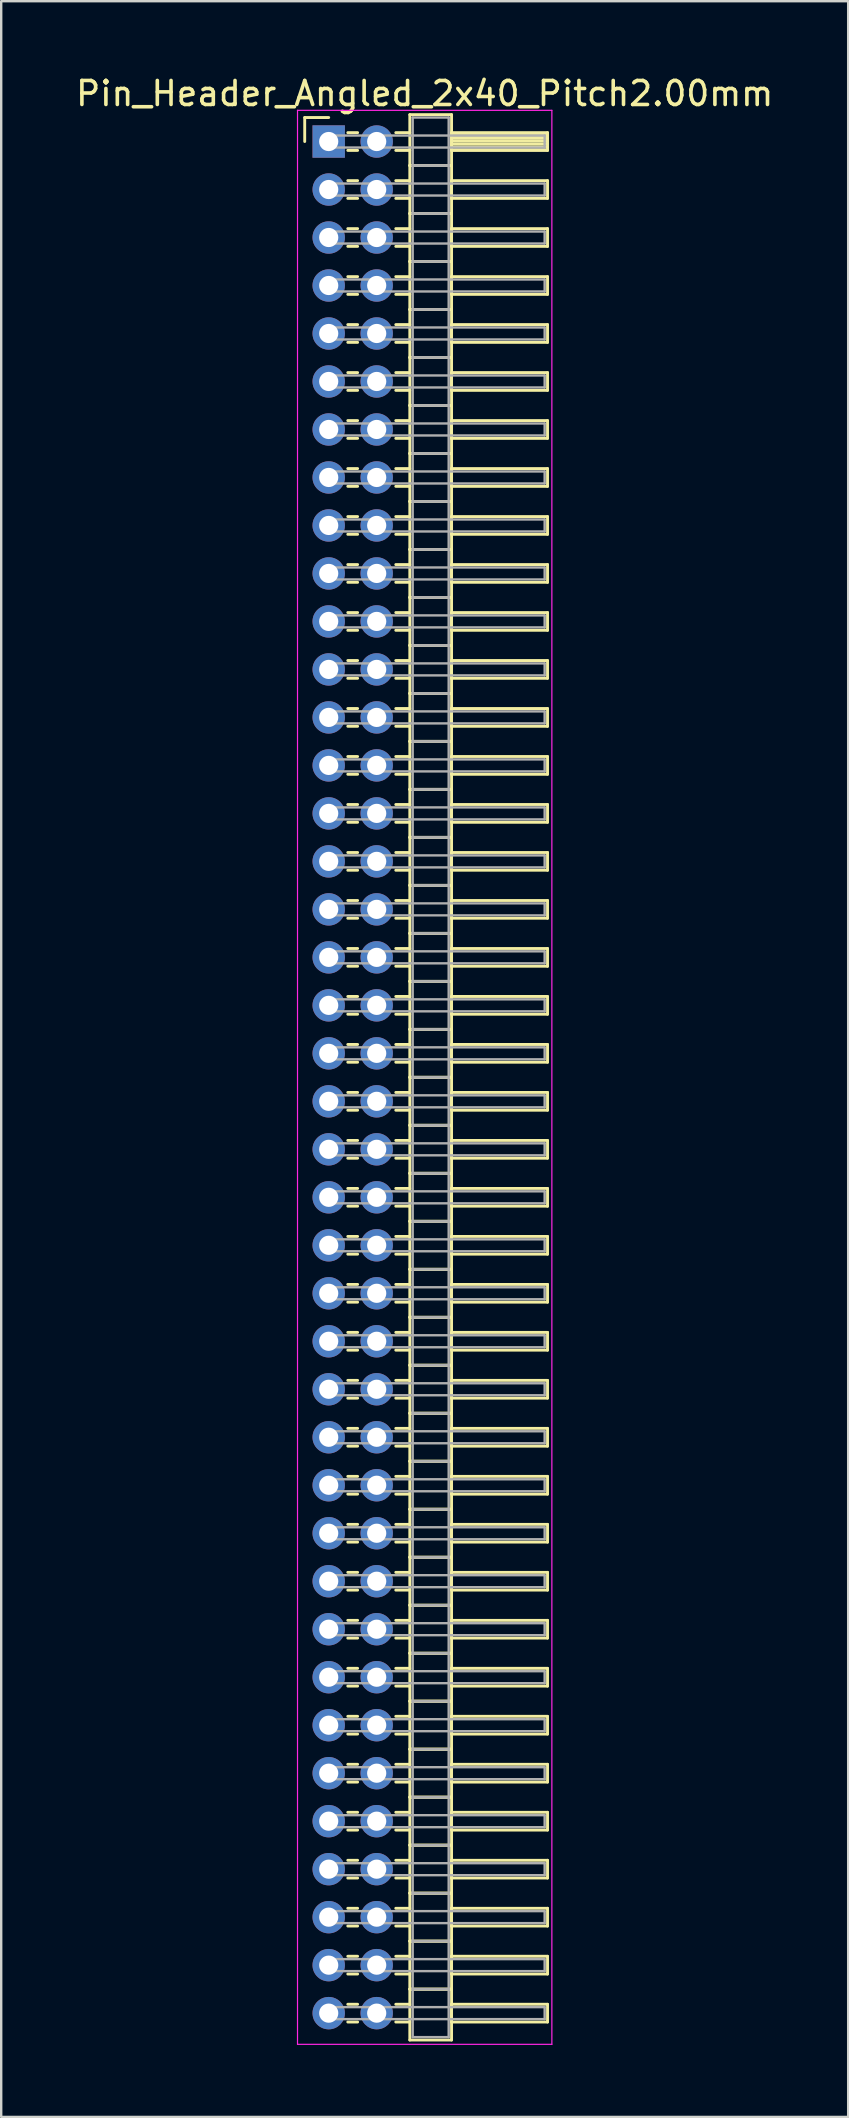
<source format=kicad_pcb>
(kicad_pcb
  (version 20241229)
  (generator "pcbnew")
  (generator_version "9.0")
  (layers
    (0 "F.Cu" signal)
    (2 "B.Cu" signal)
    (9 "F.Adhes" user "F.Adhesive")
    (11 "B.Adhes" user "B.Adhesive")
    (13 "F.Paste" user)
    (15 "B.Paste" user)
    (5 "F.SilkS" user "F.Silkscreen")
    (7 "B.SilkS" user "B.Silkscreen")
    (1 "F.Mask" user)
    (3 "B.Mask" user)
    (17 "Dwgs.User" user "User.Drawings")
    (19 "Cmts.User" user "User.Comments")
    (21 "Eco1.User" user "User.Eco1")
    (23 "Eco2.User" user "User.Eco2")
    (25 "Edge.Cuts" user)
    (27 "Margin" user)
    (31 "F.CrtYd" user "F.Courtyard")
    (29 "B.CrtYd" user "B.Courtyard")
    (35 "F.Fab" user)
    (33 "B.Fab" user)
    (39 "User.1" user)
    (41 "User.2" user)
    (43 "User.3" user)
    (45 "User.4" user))
  (footprint "Pin_Header_Angled_2x40_Pitch2.00mm"
    (layer "F.Cu")
    (at 10.649 2.848)
    (property "Reference" "Pin_Header_Angled_2x40_Pitch2.00mm" (at 4 -2 0) (layer "F.SilkS") (effects (font (size 1 1) (thickness 0.15))))
    (attr through_hole)
    (fp_line (start -1 -1) (end 0 -1) (stroke (width 0.12) (type solid)) (layer "F.SilkS"))
    (fp_line (start -1 0) (end -1 -1) (stroke (width 0.12) (type solid)) (layer "F.SilkS"))
    (fp_line (start 0.795 -0.37) (end 1.205 -0.37) (stroke (width 0.12) (type solid)) (layer "F.SilkS"))
    (fp_line (start 0.795 0.37) (end 1.205 0.37) (stroke (width 0.12) (type solid)) (layer "F.SilkS"))
    (fp_line (start 0.795 1.63) (end 1.205 1.63) (stroke (width 0.12) (type solid)) (layer "F.SilkS"))
    (fp_line (start 0.795 2.37) (end 1.205 2.37) (stroke (width 0.12) (type solid)) (layer "F.SilkS"))
    (fp_line (start 0.795 3.63) (end 1.205 3.63) (stroke (width 0.12) (type solid)) (layer "F.SilkS"))
    (fp_line (start 0.795 4.37) (end 1.205 4.37) (stroke (width 0.12) (type solid)) (layer "F.SilkS"))
    (fp_line (start 0.795 5.63) (end 1.205 5.63) (stroke (width 0.12) (type solid)) (layer "F.SilkS"))
    (fp_line (start 0.795 6.37) (end 1.205 6.37) (stroke (width 0.12) (type solid)) (layer "F.SilkS"))
    (fp_line (start 0.795 7.63) (end 1.205 7.63) (stroke (width 0.12) (type solid)) (layer "F.SilkS"))
    (fp_line (start 0.795 8.37) (end 1.205 8.37) (stroke (width 0.12) (type solid)) (layer "F.SilkS"))
    (fp_line (start 0.795 9.63) (end 1.205 9.63) (stroke (width 0.12) (type solid)) (layer "F.SilkS"))
    (fp_line (start 0.795 10.37) (end 1.205 10.37) (stroke (width 0.12) (type solid)) (layer "F.SilkS"))
    (fp_line (start 0.795 11.63) (end 1.205 11.63) (stroke (width 0.12) (type solid)) (layer "F.SilkS"))
    (fp_line (start 0.795 12.37) (end 1.205 12.37) (stroke (width 0.12) (type solid)) (layer "F.SilkS"))
    (fp_line (start 0.795 13.63) (end 1.205 13.63) (stroke (width 0.12) (type solid)) (layer "F.SilkS"))
    (fp_line (start 0.795 14.37) (end 1.205 14.37) (stroke (width 0.12) (type solid)) (layer "F.SilkS"))
    (fp_line (start 0.795 15.63) (end 1.205 15.63) (stroke (width 0.12) (type solid)) (layer "F.SilkS"))
    (fp_line (start 0.795 16.37) (end 1.205 16.37) (stroke (width 0.12) (type solid)) (layer "F.SilkS"))
    (fp_line (start 0.795 17.63) (end 1.205 17.63) (stroke (width 0.12) (type solid)) (layer "F.SilkS"))
    (fp_line (start 0.795 18.37) (end 1.205 18.37) (stroke (width 0.12) (type solid)) (layer "F.SilkS"))
    (fp_line (start 0.795 19.63) (end 1.205 19.63) (stroke (width 0.12) (type solid)) (layer "F.SilkS"))
    (fp_line (start 0.795 20.37) (end 1.205 20.37) (stroke (width 0.12) (type solid)) (layer "F.SilkS"))
    (fp_line (start 0.795 21.63) (end 1.205 21.63) (stroke (width 0.12) (type solid)) (layer "F.SilkS"))
    (fp_line (start 0.795 22.37) (end 1.205 22.37) (stroke (width 0.12) (type solid)) (layer "F.SilkS"))
    (fp_line (start 0.795 23.63) (end 1.205 23.63) (stroke (width 0.12) (type solid)) (layer "F.SilkS"))
    (fp_line (start 0.795 24.37) (end 1.205 24.37) (stroke (width 0.12) (type solid)) (layer "F.SilkS"))
    (fp_line (start 0.795 25.63) (end 1.205 25.63) (stroke (width 0.12) (type solid)) (layer "F.SilkS"))
    (fp_line (start 0.795 26.37) (end 1.205 26.37) (stroke (width 0.12) (type solid)) (layer "F.SilkS"))
    (fp_line (start 0.795 27.63) (end 1.205 27.63) (stroke (width 0.12) (type solid)) (layer "F.SilkS"))
    (fp_line (start 0.795 28.37) (end 1.205 28.37) (stroke (width 0.12) (type solid)) (layer "F.SilkS"))
    (fp_line (start 0.795 29.63) (end 1.205 29.63) (stroke (width 0.12) (type solid)) (layer "F.SilkS"))
    (fp_line (start 0.795 30.37) (end 1.205 30.37) (stroke (width 0.12) (type solid)) (layer "F.SilkS"))
    (fp_line (start 0.795 31.63) (end 1.205 31.63) (stroke (width 0.12) (type solid)) (layer "F.SilkS"))
    (fp_line (start 0.795 32.37) (end 1.205 32.37) (stroke (width 0.12) (type solid)) (layer "F.SilkS"))
    (fp_line (start 0.795 33.63) (end 1.205 33.63) (stroke (width 0.12) (type solid)) (layer "F.SilkS"))
    (fp_line (start 0.795 34.37) (end 1.205 34.37) (stroke (width 0.12) (type solid)) (layer "F.SilkS"))
    (fp_line (start 0.795 35.63) (end 1.205 35.63) (stroke (width 0.12) (type solid)) (layer "F.SilkS"))
    (fp_line (start 0.795 36.37) (end 1.205 36.37) (stroke (width 0.12) (type solid)) (layer "F.SilkS"))
    (fp_line (start 0.795 37.63) (end 1.205 37.63) (stroke (width 0.12) (type solid)) (layer "F.SilkS"))
    (fp_line (start 0.795 38.37) (end 1.205 38.37) (stroke (width 0.12) (type solid)) (layer "F.SilkS"))
    (fp_line (start 0.795 39.63) (end 1.205 39.63) (stroke (width 0.12) (type solid)) (layer "F.SilkS"))
    (fp_line (start 0.795 40.37) (end 1.205 40.37) (stroke (width 0.12) (type solid)) (layer "F.SilkS"))
    (fp_line (start 0.795 41.63) (end 1.205 41.63) (stroke (width 0.12) (type solid)) (layer "F.SilkS"))
    (fp_line (start 0.795 42.37) (end 1.205 42.37) (stroke (width 0.12) (type solid)) (layer "F.SilkS"))
    (fp_line (start 0.795 43.63) (end 1.205 43.63) (stroke (width 0.12) (type solid)) (layer "F.SilkS"))
    (fp_line (start 0.795 44.37) (end 1.205 44.37) (stroke (width 0.12) (type solid)) (layer "F.SilkS"))
    (fp_line (start 0.795 45.63) (end 1.205 45.63) (stroke (width 0.12) (type solid)) (layer "F.SilkS"))
    (fp_line (start 0.795 46.37) (end 1.205 46.37) (stroke (width 0.12) (type solid)) (layer "F.SilkS"))
    (fp_line (start 0.795 47.63) (end 1.205 47.63) (stroke (width 0.12) (type solid)) (layer "F.SilkS"))
    (fp_line (start 0.795 48.37) (end 1.205 48.37) (stroke (width 0.12) (type solid)) (layer "F.SilkS"))
    (fp_line (start 0.795 49.63) (end 1.205 49.63) (stroke (width 0.12) (type solid)) (layer "F.SilkS"))
    (fp_line (start 0.795 50.37) (end 1.205 50.37) (stroke (width 0.12) (type solid)) (layer "F.SilkS"))
    (fp_line (start 0.795 51.63) (end 1.205 51.63) (stroke (width 0.12) (type solid)) (layer "F.SilkS"))
    (fp_line (start 0.795 52.37) (end 1.205 52.37) (stroke (width 0.12) (type solid)) (layer "F.SilkS"))
    (fp_line (start 0.795 53.63) (end 1.205 53.63) (stroke (width 0.12) (type solid)) (layer "F.SilkS"))
    (fp_line (start 0.795 54.37) (end 1.205 54.37) (stroke (width 0.12) (type solid)) (layer "F.SilkS"))
    (fp_line (start 0.795 55.63) (end 1.205 55.63) (stroke (width 0.12) (type solid)) (layer "F.SilkS"))
    (fp_line (start 0.795 56.37) (end 1.205 56.37) (stroke (width 0.12) (type solid)) (layer "F.SilkS"))
    (fp_line (start 0.795 57.63) (end 1.205 57.63) (stroke (width 0.12) (type solid)) (layer "F.SilkS"))
    (fp_line (start 0.795 58.37) (end 1.205 58.37) (stroke (width 0.12) (type solid)) (layer "F.SilkS"))
    (fp_line (start 0.795 59.63) (end 1.205 59.63) (stroke (width 0.12) (type solid)) (layer "F.SilkS"))
    (fp_line (start 0.795 60.37) (end 1.205 60.37) (stroke (width 0.12) (type solid)) (layer "F.SilkS"))
    (fp_line (start 0.795 61.63) (end 1.205 61.63) (stroke (width 0.12) (type solid)) (layer "F.SilkS"))
    (fp_line (start 0.795 62.37) (end 1.205 62.37) (stroke (width 0.12) (type solid)) (layer "F.SilkS"))
    (fp_line (start 0.795 63.63) (end 1.205 63.63) (stroke (width 0.12) (type solid)) (layer "F.SilkS"))
    (fp_line (start 0.795 64.37) (end 1.205 64.37) (stroke (width 0.12) (type solid)) (layer "F.SilkS"))
    (fp_line (start 0.795 65.63) (end 1.205 65.63) (stroke (width 0.12) (type solid)) (layer "F.SilkS"))
    (fp_line (start 0.795 66.37) (end 1.205 66.37) (stroke (width 0.12) (type solid)) (layer "F.SilkS"))
    (fp_line (start 0.795 67.63) (end 1.205 67.63) (stroke (width 0.12) (type solid)) (layer "F.SilkS"))
    (fp_line (start 0.795 68.37) (end 1.205 68.37) (stroke (width 0.12) (type solid)) (layer "F.SilkS"))
    (fp_line (start 0.795 69.63) (end 1.205 69.63) (stroke (width 0.12) (type solid)) (layer "F.SilkS"))
    (fp_line (start 0.795 70.37) (end 1.205 70.37) (stroke (width 0.12) (type solid)) (layer "F.SilkS"))
    (fp_line (start 0.795 71.63) (end 1.205 71.63) (stroke (width 0.12) (type solid)) (layer "F.SilkS"))
    (fp_line (start 0.795 72.37) (end 1.205 72.37) (stroke (width 0.12) (type solid)) (layer "F.SilkS"))
    (fp_line (start 0.795 73.63) (end 1.205 73.63) (stroke (width 0.12) (type solid)) (layer "F.SilkS"))
    (fp_line (start 0.795 74.37) (end 1.205 74.37) (stroke (width 0.12) (type solid)) (layer "F.SilkS"))
    (fp_line (start 0.795 75.63) (end 1.205 75.63) (stroke (width 0.12) (type solid)) (layer "F.SilkS"))
    (fp_line (start 0.795 76.37) (end 1.205 76.37) (stroke (width 0.12) (type solid)) (layer "F.SilkS"))
    (fp_line (start 0.795 77.63) (end 1.205 77.63) (stroke (width 0.12) (type solid)) (layer "F.SilkS"))
    (fp_line (start 0.795 78.37) (end 1.205 78.37) (stroke (width 0.12) (type solid)) (layer "F.SilkS"))
    (fp_line (start 2.795 -0.37) (end 3.38 -0.37) (stroke (width 0.12) (type solid)) (layer "F.SilkS"))
    (fp_line (start 2.795 0.37) (end 3.38 0.37) (stroke (width 0.12) (type solid)) (layer "F.SilkS"))
    (fp_line (start 2.795 1.63) (end 3.38 1.63) (stroke (width 0.12) (type solid)) (layer "F.SilkS"))
    (fp_line (start 2.795 2.37) (end 3.38 2.37) (stroke (width 0.12) (type solid)) (layer "F.SilkS"))
    (fp_line (start 2.795 3.63) (end 3.38 3.63) (stroke (width 0.12) (type solid)) (layer "F.SilkS"))
    (fp_line (start 2.795 4.37) (end 3.38 4.37) (stroke (width 0.12) (type solid)) (layer "F.SilkS"))
    (fp_line (start 2.795 5.63) (end 3.38 5.63) (stroke (width 0.12) (type solid)) (layer "F.SilkS"))
    (fp_line (start 2.795 6.37) (end 3.38 6.37) (stroke (width 0.12) (type solid)) (layer "F.SilkS"))
    (fp_line (start 2.795 7.63) (end 3.38 7.63) (stroke (width 0.12) (type solid)) (layer "F.SilkS"))
    (fp_line (start 2.795 8.37) (end 3.38 8.37) (stroke (width 0.12) (type solid)) (layer "F.SilkS"))
    (fp_line (start 2.795 9.63) (end 3.38 9.63) (stroke (width 0.12) (type solid)) (layer "F.SilkS"))
    (fp_line (start 2.795 10.37) (end 3.38 10.37) (stroke (width 0.12) (type solid)) (layer "F.SilkS"))
    (fp_line (start 2.795 11.63) (end 3.38 11.63) (stroke (width 0.12) (type solid)) (layer "F.SilkS"))
    (fp_line (start 2.795 12.37) (end 3.38 12.37) (stroke (width 0.12) (type solid)) (layer "F.SilkS"))
    (fp_line (start 2.795 13.63) (end 3.38 13.63) (stroke (width 0.12) (type solid)) (layer "F.SilkS"))
    (fp_line (start 2.795 14.37) (end 3.38 14.37) (stroke (width 0.12) (type solid)) (layer "F.SilkS"))
    (fp_line (start 2.795 15.63) (end 3.38 15.63) (stroke (width 0.12) (type solid)) (layer "F.SilkS"))
    (fp_line (start 2.795 16.37) (end 3.38 16.37) (stroke (width 0.12) (type solid)) (layer "F.SilkS"))
    (fp_line (start 2.795 17.63) (end 3.38 17.63) (stroke (width 0.12) (type solid)) (layer "F.SilkS"))
    (fp_line (start 2.795 18.37) (end 3.38 18.37) (stroke (width 0.12) (type solid)) (layer "F.SilkS"))
    (fp_line (start 2.795 19.63) (end 3.38 19.63) (stroke (width 0.12) (type solid)) (layer "F.SilkS"))
    (fp_line (start 2.795 20.37) (end 3.38 20.37) (stroke (width 0.12) (type solid)) (layer "F.SilkS"))
    (fp_line (start 2.795 21.63) (end 3.38 21.63) (stroke (width 0.12) (type solid)) (layer "F.SilkS"))
    (fp_line (start 2.795 22.37) (end 3.38 22.37) (stroke (width 0.12) (type solid)) (layer "F.SilkS"))
    (fp_line (start 2.795 23.63) (end 3.38 23.63) (stroke (width 0.12) (type solid)) (layer "F.SilkS"))
    (fp_line (start 2.795 24.37) (end 3.38 24.37) (stroke (width 0.12) (type solid)) (layer "F.SilkS"))
    (fp_line (start 2.795 25.63) (end 3.38 25.63) (stroke (width 0.12) (type solid)) (layer "F.SilkS"))
    (fp_line (start 2.795 26.37) (end 3.38 26.37) (stroke (width 0.12) (type solid)) (layer "F.SilkS"))
    (fp_line (start 2.795 27.63) (end 3.38 27.63) (stroke (width 0.12) (type solid)) (layer "F.SilkS"))
    (fp_line (start 2.795 28.37) (end 3.38 28.37) (stroke (width 0.12) (type solid)) (layer "F.SilkS"))
    (fp_line (start 2.795 29.63) (end 3.38 29.63) (stroke (width 0.12) (type solid)) (layer "F.SilkS"))
    (fp_line (start 2.795 30.37) (end 3.38 30.37) (stroke (width 0.12) (type solid)) (layer "F.SilkS"))
    (fp_line (start 2.795 31.63) (end 3.38 31.63) (stroke (width 0.12) (type solid)) (layer "F.SilkS"))
    (fp_line (start 2.795 32.37) (end 3.38 32.37) (stroke (width 0.12) (type solid)) (layer "F.SilkS"))
    (fp_line (start 2.795 33.63) (end 3.38 33.63) (stroke (width 0.12) (type solid)) (layer "F.SilkS"))
    (fp_line (start 2.795 34.37) (end 3.38 34.37) (stroke (width 0.12) (type solid)) (layer "F.SilkS"))
    (fp_line (start 2.795 35.63) (end 3.38 35.63) (stroke (width 0.12) (type solid)) (layer "F.SilkS"))
    (fp_line (start 2.795 36.37) (end 3.38 36.37) (stroke (width 0.12) (type solid)) (layer "F.SilkS"))
    (fp_line (start 2.795 37.63) (end 3.38 37.63) (stroke (width 0.12) (type solid)) (layer "F.SilkS"))
    (fp_line (start 2.795 38.37) (end 3.38 38.37) (stroke (width 0.12) (type solid)) (layer "F.SilkS"))
    (fp_line (start 2.795 39.63) (end 3.38 39.63) (stroke (width 0.12) (type solid)) (layer "F.SilkS"))
    (fp_line (start 2.795 40.37) (end 3.38 40.37) (stroke (width 0.12) (type solid)) (layer "F.SilkS"))
    (fp_line (start 2.795 41.63) (end 3.38 41.63) (stroke (width 0.12) (type solid)) (layer "F.SilkS"))
    (fp_line (start 2.795 42.37) (end 3.38 42.37) (stroke (width 0.12) (type solid)) (layer "F.SilkS"))
    (fp_line (start 2.795 43.63) (end 3.38 43.63) (stroke (width 0.12) (type solid)) (layer "F.SilkS"))
    (fp_line (start 2.795 44.37) (end 3.38 44.37) (stroke (width 0.12) (type solid)) (layer "F.SilkS"))
    (fp_line (start 2.795 45.63) (end 3.38 45.63) (stroke (width 0.12) (type solid)) (layer "F.SilkS"))
    (fp_line (start 2.795 46.37) (end 3.38 46.37) (stroke (width 0.12) (type solid)) (layer "F.SilkS"))
    (fp_line (start 2.795 47.63) (end 3.38 47.63) (stroke (width 0.12) (type solid)) (layer "F.SilkS"))
    (fp_line (start 2.795 48.37) (end 3.38 48.37) (stroke (width 0.12) (type solid)) (layer "F.SilkS"))
    (fp_line (start 2.795 49.63) (end 3.38 49.63) (stroke (width 0.12) (type solid)) (layer "F.SilkS"))
    (fp_line (start 2.795 50.37) (end 3.38 50.37) (stroke (width 0.12) (type solid)) (layer "F.SilkS"))
    (fp_line (start 2.795 51.63) (end 3.38 51.63) (stroke (width 0.12) (type solid)) (layer "F.SilkS"))
    (fp_line (start 2.795 52.37) (end 3.38 52.37) (stroke (width 0.12) (type solid)) (layer "F.SilkS"))
    (fp_line (start 2.795 53.63) (end 3.38 53.63) (stroke (width 0.12) (type solid)) (layer "F.SilkS"))
    (fp_line (start 2.795 54.37) (end 3.38 54.37) (stroke (width 0.12) (type solid)) (layer "F.SilkS"))
    (fp_line (start 2.795 55.63) (end 3.38 55.63) (stroke (width 0.12) (type solid)) (layer "F.SilkS"))
    (fp_line (start 2.795 56.37) (end 3.38 56.37) (stroke (width 0.12) (type solid)) (layer "F.SilkS"))
    (fp_line (start 2.795 57.63) (end 3.38 57.63) (stroke (width 0.12) (type solid)) (layer "F.SilkS"))
    (fp_line (start 2.795 58.37) (end 3.38 58.37) (stroke (width 0.12) (type solid)) (layer "F.SilkS"))
    (fp_line (start 2.795 59.63) (end 3.38 59.63) (stroke (width 0.12) (type solid)) (layer "F.SilkS"))
    (fp_line (start 2.795 60.37) (end 3.38 60.37) (stroke (width 0.12) (type solid)) (layer "F.SilkS"))
    (fp_line (start 2.795 61.63) (end 3.38 61.63) (stroke (width 0.12) (type solid)) (layer "F.SilkS"))
    (fp_line (start 2.795 62.37) (end 3.38 62.37) (stroke (width 0.12) (type solid)) (layer "F.SilkS"))
    (fp_line (start 2.795 63.63) (end 3.38 63.63) (stroke (width 0.12) (type solid)) (layer "F.SilkS"))
    (fp_line (start 2.795 64.37) (end 3.38 64.37) (stroke (width 0.12) (type solid)) (layer "F.SilkS"))
    (fp_line (start 2.795 65.63) (end 3.38 65.63) (stroke (width 0.12) (type solid)) (layer "F.SilkS"))
    (fp_line (start 2.795 66.37) (end 3.38 66.37) (stroke (width 0.12) (type solid)) (layer "F.SilkS"))
    (fp_line (start 2.795 67.63) (end 3.38 67.63) (stroke (width 0.12) (type solid)) (layer "F.SilkS"))
    (fp_line (start 2.795 68.37) (end 3.38 68.37) (stroke (width 0.12) (type solid)) (layer "F.SilkS"))
    (fp_line (start 2.795 69.63) (end 3.38 69.63) (stroke (width 0.12) (type solid)) (layer "F.SilkS"))
    (fp_line (start 2.795 70.37) (end 3.38 70.37) (stroke (width 0.12) (type solid)) (layer "F.SilkS"))
    (fp_line (start 2.795 71.63) (end 3.38 71.63) (stroke (width 0.12) (type solid)) (layer "F.SilkS"))
    (fp_line (start 2.795 72.37) (end 3.38 72.37) (stroke (width 0.12) (type solid)) (layer "F.SilkS"))
    (fp_line (start 2.795 73.63) (end 3.38 73.63) (stroke (width 0.12) (type solid)) (layer "F.SilkS"))
    (fp_line (start 2.795 74.37) (end 3.38 74.37) (stroke (width 0.12) (type solid)) (layer "F.SilkS"))
    (fp_line (start 2.795 75.63) (end 3.38 75.63) (stroke (width 0.12) (type solid)) (layer "F.SilkS"))
    (fp_line (start 2.795 76.37) (end 3.38 76.37) (stroke (width 0.12) (type solid)) (layer "F.SilkS"))
    (fp_line (start 2.795 77.63) (end 3.38 77.63) (stroke (width 0.12) (type solid)) (layer "F.SilkS"))
    (fp_line (start 2.795 78.37) (end 3.38 78.37) (stroke (width 0.12) (type solid)) (layer "F.SilkS"))
    (fp_line (start 3.38 -1.12) (end 3.38 1) (stroke (width 0.12) (type solid)) (layer "F.SilkS"))
    (fp_line (start 3.38 1) (end 3.38 3) (stroke (width 0.12) (type solid)) (layer "F.SilkS"))
    (fp_line (start 3.38 1) (end 5.12 1) (stroke (width 0.12) (type solid)) (layer "F.SilkS"))
    (fp_line (start 3.38 3) (end 3.38 5) (stroke (width 0.12) (type solid)) (layer "F.SilkS"))
    (fp_line (start 3.38 3) (end 5.12 3) (stroke (width 0.12) (type solid)) (layer "F.SilkS"))
    (fp_line (start 3.38 5) (end 3.38 7) (stroke (width 0.12) (type solid)) (layer "F.SilkS"))
    (fp_line (start 3.38 5) (end 5.12 5) (stroke (width 0.12) (type solid)) (layer "F.SilkS"))
    (fp_line (start 3.38 7) (end 3.38 9) (stroke (width 0.12) (type solid)) (layer "F.SilkS"))
    (fp_line (start 3.38 7) (end 5.12 7) (stroke (width 0.12) (type solid)) (layer "F.SilkS"))
    (fp_line (start 3.38 9) (end 3.38 11) (stroke (width 0.12) (type solid)) (layer "F.SilkS"))
    (fp_line (start 3.38 9) (end 5.12 9) (stroke (width 0.12) (type solid)) (layer "F.SilkS"))
    (fp_line (start 3.38 11) (end 3.38 13) (stroke (width 0.12) (type solid)) (layer "F.SilkS"))
    (fp_line (start 3.38 11) (end 5.12 11) (stroke (width 0.12) (type solid)) (layer "F.SilkS"))
    (fp_line (start 3.38 13) (end 3.38 15) (stroke (width 0.12) (type solid)) (layer "F.SilkS"))
    (fp_line (start 3.38 13) (end 5.12 13) (stroke (width 0.12) (type solid)) (layer "F.SilkS"))
    (fp_line (start 3.38 15) (end 3.38 17) (stroke (width 0.12) (type solid)) (layer "F.SilkS"))
    (fp_line (start 3.38 15) (end 5.12 15) (stroke (width 0.12) (type solid)) (layer "F.SilkS"))
    (fp_line (start 3.38 17) (end 3.38 19) (stroke (width 0.12) (type solid)) (layer "F.SilkS"))
    (fp_line (start 3.38 17) (end 5.12 17) (stroke (width 0.12) (type solid)) (layer "F.SilkS"))
    (fp_line (start 3.38 19) (end 3.38 21) (stroke (width 0.12) (type solid)) (layer "F.SilkS"))
    (fp_line (start 3.38 19) (end 5.12 19) (stroke (width 0.12) (type solid)) (layer "F.SilkS"))
    (fp_line (start 3.38 21) (end 3.38 23) (stroke (width 0.12) (type solid)) (layer "F.SilkS"))
    (fp_line (start 3.38 21) (end 5.12 21) (stroke (width 0.12) (type solid)) (layer "F.SilkS"))
    (fp_line (start 3.38 23) (end 3.38 25) (stroke (width 0.12) (type solid)) (layer "F.SilkS"))
    (fp_line (start 3.38 23) (end 5.12 23) (stroke (width 0.12) (type solid)) (layer "F.SilkS"))
    (fp_line (start 3.38 25) (end 3.38 27) (stroke (width 0.12) (type solid)) (layer "F.SilkS"))
    (fp_line (start 3.38 25) (end 5.12 25) (stroke (width 0.12) (type solid)) (layer "F.SilkS"))
    (fp_line (start 3.38 27) (end 3.38 29) (stroke (width 0.12) (type solid)) (layer "F.SilkS"))
    (fp_line (start 3.38 27) (end 5.12 27) (stroke (width 0.12) (type solid)) (layer "F.SilkS"))
    (fp_line (start 3.38 29) (end 3.38 31) (stroke (width 0.12) (type solid)) (layer "F.SilkS"))
    (fp_line (start 3.38 29) (end 5.12 29) (stroke (width 0.12) (type solid)) (layer "F.SilkS"))
    (fp_line (start 3.38 31) (end 3.38 33) (stroke (width 0.12) (type solid)) (layer "F.SilkS"))
    (fp_line (start 3.38 31) (end 5.12 31) (stroke (width 0.12) (type solid)) (layer "F.SilkS"))
    (fp_line (start 3.38 33) (end 3.38 35) (stroke (width 0.12) (type solid)) (layer "F.SilkS"))
    (fp_line (start 3.38 33) (end 5.12 33) (stroke (width 0.12) (type solid)) (layer "F.SilkS"))
    (fp_line (start 3.38 35) (end 3.38 37) (stroke (width 0.12) (type solid)) (layer "F.SilkS"))
    (fp_line (start 3.38 35) (end 5.12 35) (stroke (width 0.12) (type solid)) (layer "F.SilkS"))
    (fp_line (start 3.38 37) (end 3.38 39) (stroke (width 0.12) (type solid)) (layer "F.SilkS"))
    (fp_line (start 3.38 37) (end 5.12 37) (stroke (width 0.12) (type solid)) (layer "F.SilkS"))
    (fp_line (start 3.38 39) (end 3.38 41) (stroke (width 0.12) (type solid)) (layer "F.SilkS"))
    (fp_line (start 3.38 39) (end 5.12 39) (stroke (width 0.12) (type solid)) (layer "F.SilkS"))
    (fp_line (start 3.38 41) (end 3.38 43) (stroke (width 0.12) (type solid)) (layer "F.SilkS"))
    (fp_line (start 3.38 41) (end 5.12 41) (stroke (width 0.12) (type solid)) (layer "F.SilkS"))
    (fp_line (start 3.38 43) (end 3.38 45) (stroke (width 0.12) (type solid)) (layer "F.SilkS"))
    (fp_line (start 3.38 43) (end 5.12 43) (stroke (width 0.12) (type solid)) (layer "F.SilkS"))
    (fp_line (start 3.38 45) (end 3.38 47) (stroke (width 0.12) (type solid)) (layer "F.SilkS"))
    (fp_line (start 3.38 45) (end 5.12 45) (stroke (width 0.12) (type solid)) (layer "F.SilkS"))
    (fp_line (start 3.38 47) (end 3.38 49) (stroke (width 0.12) (type solid)) (layer "F.SilkS"))
    (fp_line (start 3.38 47) (end 5.12 47) (stroke (width 0.12) (type solid)) (layer "F.SilkS"))
    (fp_line (start 3.38 49) (end 3.38 51) (stroke (width 0.12) (type solid)) (layer "F.SilkS"))
    (fp_line (start 3.38 49) (end 5.12 49) (stroke (width 0.12) (type solid)) (layer "F.SilkS"))
    (fp_line (start 3.38 51) (end 3.38 53) (stroke (width 0.12) (type solid)) (layer "F.SilkS"))
    (fp_line (start 3.38 51) (end 5.12 51) (stroke (width 0.12) (type solid)) (layer "F.SilkS"))
    (fp_line (start 3.38 53) (end 3.38 55) (stroke (width 0.12) (type solid)) (layer "F.SilkS"))
    (fp_line (start 3.38 53) (end 5.12 53) (stroke (width 0.12) (type solid)) (layer "F.SilkS"))
    (fp_line (start 3.38 55) (end 3.38 57) (stroke (width 0.12) (type solid)) (layer "F.SilkS"))
    (fp_line (start 3.38 55) (end 5.12 55) (stroke (width 0.12) (type solid)) (layer "F.SilkS"))
    (fp_line (start 3.38 57) (end 3.38 59) (stroke (width 0.12) (type solid)) (layer "F.SilkS"))
    (fp_line (start 3.38 57) (end 5.12 57) (stroke (width 0.12) (type solid)) (layer "F.SilkS"))
    (fp_line (start 3.38 59) (end 3.38 61) (stroke (width 0.12) (type solid)) (layer "F.SilkS"))
    (fp_line (start 3.38 59) (end 5.12 59) (stroke (width 0.12) (type solid)) (layer "F.SilkS"))
    (fp_line (start 3.38 61) (end 3.38 63) (stroke (width 0.12) (type solid)) (layer "F.SilkS"))
    (fp_line (start 3.38 61) (end 5.12 61) (stroke (width 0.12) (type solid)) (layer "F.SilkS"))
    (fp_line (start 3.38 63) (end 3.38 65) (stroke (width 0.12) (type solid)) (layer "F.SilkS"))
    (fp_line (start 3.38 63) (end 5.12 63) (stroke (width 0.12) (type solid)) (layer "F.SilkS"))
    (fp_line (start 3.38 65) (end 3.38 67) (stroke (width 0.12) (type solid)) (layer "F.SilkS"))
    (fp_line (start 3.38 65) (end 5.12 65) (stroke (width 0.12) (type solid)) (layer "F.SilkS"))
    (fp_line (start 3.38 67) (end 3.38 69) (stroke (width 0.12) (type solid)) (layer "F.SilkS"))
    (fp_line (start 3.38 67) (end 5.12 67) (stroke (width 0.12) (type solid)) (layer "F.SilkS"))
    (fp_line (start 3.38 69) (end 3.38 71) (stroke (width 0.12) (type solid)) (layer "F.SilkS"))
    (fp_line (start 3.38 69) (end 5.12 69) (stroke (width 0.12) (type solid)) (layer "F.SilkS"))
    (fp_line (start 3.38 71) (end 3.38 73) (stroke (width 0.12) (type solid)) (layer "F.SilkS"))
    (fp_line (start 3.38 71) (end 5.12 71) (stroke (width 0.12) (type solid)) (layer "F.SilkS"))
    (fp_line (start 3.38 73) (end 3.38 75) (stroke (width 0.12) (type solid)) (layer "F.SilkS"))
    (fp_line (start 3.38 73) (end 5.12 73) (stroke (width 0.12) (type solid)) (layer "F.SilkS"))
    (fp_line (start 3.38 75) (end 3.38 77) (stroke (width 0.12) (type solid)) (layer "F.SilkS"))
    (fp_line (start 3.38 75) (end 5.12 75) (stroke (width 0.12) (type solid)) (layer "F.SilkS"))
    (fp_line (start 3.38 77) (end 3.38 79.12) (stroke (width 0.12) (type solid)) (layer "F.SilkS"))
    (fp_line (start 3.38 77) (end 5.12 77) (stroke (width 0.12) (type solid)) (layer "F.SilkS"))
    (fp_line (start 3.38 79.12) (end 5.12 79.12) (stroke (width 0.12) (type solid)) (layer "F.SilkS"))
    (fp_line (start 5.12 -1.12) (end 3.38 -1.12) (stroke (width 0.12) (type solid)) (layer "F.SilkS"))
    (fp_line (start 5.12 -0.37) (end 5.12 0.37) (stroke (width 0.12) (type solid)) (layer "F.SilkS"))
    (fp_line (start 5.12 -0.25) (end 9.12 -0.25) (stroke (width 0.12) (type solid)) (layer "F.SilkS"))
    (fp_line (start 5.12 -0.13) (end 9.12 -0.13) (stroke (width 0.12) (type solid)) (layer "F.SilkS"))
    (fp_line (start 5.12 -0.01) (end 9.12 -0.01) (stroke (width 0.12) (type solid)) (layer "F.SilkS"))
    (fp_line (start 5.12 0.11) (end 9.12 0.11) (stroke (width 0.12) (type solid)) (layer "F.SilkS"))
    (fp_line (start 5.12 0.23) (end 9.12 0.23) (stroke (width 0.12) (type solid)) (layer "F.SilkS"))
    (fp_line (start 5.12 0.35) (end 9.12 0.35) (stroke (width 0.12) (type solid)) (layer "F.SilkS"))
    (fp_line (start 5.12 0.37) (end 9.12 0.37) (stroke (width 0.12) (type solid)) (layer "F.SilkS"))
    (fp_line (start 5.12 1) (end 3.38 1) (stroke (width 0.12) (type solid)) (layer "F.SilkS"))
    (fp_line (start 5.12 1) (end 5.12 -1.12) (stroke (width 0.12) (type solid)) (layer "F.SilkS"))
    (fp_line (start 5.12 1.63) (end 5.12 2.37) (stroke (width 0.12) (type solid)) (layer "F.SilkS"))
    (fp_line (start 5.12 2.37) (end 9.12 2.37) (stroke (width 0.12) (type solid)) (layer "F.SilkS"))
    (fp_line (start 5.12 3) (end 3.38 3) (stroke (width 0.12) (type solid)) (layer "F.SilkS"))
    (fp_line (start 5.12 3) (end 5.12 1) (stroke (width 0.12) (type solid)) (layer "F.SilkS"))
    (fp_line (start 5.12 3.63) (end 5.12 4.37) (stroke (width 0.12) (type solid)) (layer "F.SilkS"))
    (fp_line (start 5.12 4.37) (end 9.12 4.37) (stroke (width 0.12) (type solid)) (layer "F.SilkS"))
    (fp_line (start 5.12 5) (end 3.38 5) (stroke (width 0.12) (type solid)) (layer "F.SilkS"))
    (fp_line (start 5.12 5) (end 5.12 3) (stroke (width 0.12) (type solid)) (layer "F.SilkS"))
    (fp_line (start 5.12 5.63) (end 5.12 6.37) (stroke (width 0.12) (type solid)) (layer "F.SilkS"))
    (fp_line (start 5.12 6.37) (end 9.12 6.37) (stroke (width 0.12) (type solid)) (layer "F.SilkS"))
    (fp_line (start 5.12 7) (end 3.38 7) (stroke (width 0.12) (type solid)) (layer "F.SilkS"))
    (fp_line (start 5.12 7) (end 5.12 5) (stroke (width 0.12) (type solid)) (layer "F.SilkS"))
    (fp_line (start 5.12 7.63) (end 5.12 8.37) (stroke (width 0.12) (type solid)) (layer "F.SilkS"))
    (fp_line (start 5.12 8.37) (end 9.12 8.37) (stroke (width 0.12) (type solid)) (layer "F.SilkS"))
    (fp_line (start 5.12 9) (end 3.38 9) (stroke (width 0.12) (type solid)) (layer "F.SilkS"))
    (fp_line (start 5.12 9) (end 5.12 7) (stroke (width 0.12) (type solid)) (layer "F.SilkS"))
    (fp_line (start 5.12 9.63) (end 5.12 10.37) (stroke (width 0.12) (type solid)) (layer "F.SilkS"))
    (fp_line (start 5.12 10.37) (end 9.12 10.37) (stroke (width 0.12) (type solid)) (layer "F.SilkS"))
    (fp_line (start 5.12 11) (end 3.38 11) (stroke (width 0.12) (type solid)) (layer "F.SilkS"))
    (fp_line (start 5.12 11) (end 5.12 9) (stroke (width 0.12) (type solid)) (layer "F.SilkS"))
    (fp_line (start 5.12 11.63) (end 5.12 12.37) (stroke (width 0.12) (type solid)) (layer "F.SilkS"))
    (fp_line (start 5.12 12.37) (end 9.12 12.37) (stroke (width 0.12) (type solid)) (layer "F.SilkS"))
    (fp_line (start 5.12 13) (end 3.38 13) (stroke (width 0.12) (type solid)) (layer "F.SilkS"))
    (fp_line (start 5.12 13) (end 5.12 11) (stroke (width 0.12) (type solid)) (layer "F.SilkS"))
    (fp_line (start 5.12 13.63) (end 5.12 14.37) (stroke (width 0.12) (type solid)) (layer "F.SilkS"))
    (fp_line (start 5.12 14.37) (end 9.12 14.37) (stroke (width 0.12) (type solid)) (layer "F.SilkS"))
    (fp_line (start 5.12 15) (end 3.38 15) (stroke (width 0.12) (type solid)) (layer "F.SilkS"))
    (fp_line (start 5.12 15) (end 5.12 13) (stroke (width 0.12) (type solid)) (layer "F.SilkS"))
    (fp_line (start 5.12 15.63) (end 5.12 16.37) (stroke (width 0.12) (type solid)) (layer "F.SilkS"))
    (fp_line (start 5.12 16.37) (end 9.12 16.37) (stroke (width 0.12) (type solid)) (layer "F.SilkS"))
    (fp_line (start 5.12 17) (end 3.38 17) (stroke (width 0.12) (type solid)) (layer "F.SilkS"))
    (fp_line (start 5.12 17) (end 5.12 15) (stroke (width 0.12) (type solid)) (layer "F.SilkS"))
    (fp_line (start 5.12 17.63) (end 5.12 18.37) (stroke (width 0.12) (type solid)) (layer "F.SilkS"))
    (fp_line (start 5.12 18.37) (end 9.12 18.37) (stroke (width 0.12) (type solid)) (layer "F.SilkS"))
    (fp_line (start 5.12 19) (end 3.38 19) (stroke (width 0.12) (type solid)) (layer "F.SilkS"))
    (fp_line (start 5.12 19) (end 5.12 17) (stroke (width 0.12) (type solid)) (layer "F.SilkS"))
    (fp_line (start 5.12 19.63) (end 5.12 20.37) (stroke (width 0.12) (type solid)) (layer "F.SilkS"))
    (fp_line (start 5.12 20.37) (end 9.12 20.37) (stroke (width 0.12) (type solid)) (layer "F.SilkS"))
    (fp_line (start 5.12 21) (end 3.38 21) (stroke (width 0.12) (type solid)) (layer "F.SilkS"))
    (fp_line (start 5.12 21) (end 5.12 19) (stroke (width 0.12) (type solid)) (layer "F.SilkS"))
    (fp_line (start 5.12 21.63) (end 5.12 22.37) (stroke (width 0.12) (type solid)) (layer "F.SilkS"))
    (fp_line (start 5.12 22.37) (end 9.12 22.37) (stroke (width 0.12) (type solid)) (layer "F.SilkS"))
    (fp_line (start 5.12 23) (end 3.38 23) (stroke (width 0.12) (type solid)) (layer "F.SilkS"))
    (fp_line (start 5.12 23) (end 5.12 21) (stroke (width 0.12) (type solid)) (layer "F.SilkS"))
    (fp_line (start 5.12 23.63) (end 5.12 24.37) (stroke (width 0.12) (type solid)) (layer "F.SilkS"))
    (fp_line (start 5.12 24.37) (end 9.12 24.37) (stroke (width 0.12) (type solid)) (layer "F.SilkS"))
    (fp_line (start 5.12 25) (end 3.38 25) (stroke (width 0.12) (type solid)) (layer "F.SilkS"))
    (fp_line (start 5.12 25) (end 5.12 23) (stroke (width 0.12) (type solid)) (layer "F.SilkS"))
    (fp_line (start 5.12 25.63) (end 5.12 26.37) (stroke (width 0.12) (type solid)) (layer "F.SilkS"))
    (fp_line (start 5.12 26.37) (end 9.12 26.37) (stroke (width 0.12) (type solid)) (layer "F.SilkS"))
    (fp_line (start 5.12 27) (end 3.38 27) (stroke (width 0.12) (type solid)) (layer "F.SilkS"))
    (fp_line (start 5.12 27) (end 5.12 25) (stroke (width 0.12) (type solid)) (layer "F.SilkS"))
    (fp_line (start 5.12 27.63) (end 5.12 28.37) (stroke (width 0.12) (type solid)) (layer "F.SilkS"))
    (fp_line (start 5.12 28.37) (end 9.12 28.37) (stroke (width 0.12) (type solid)) (layer "F.SilkS"))
    (fp_line (start 5.12 29) (end 3.38 29) (stroke (width 0.12) (type solid)) (layer "F.SilkS"))
    (fp_line (start 5.12 29) (end 5.12 27) (stroke (width 0.12) (type solid)) (layer "F.SilkS"))
    (fp_line (start 5.12 29.63) (end 5.12 30.37) (stroke (width 0.12) (type solid)) (layer "F.SilkS"))
    (fp_line (start 5.12 30.37) (end 9.12 30.37) (stroke (width 0.12) (type solid)) (layer "F.SilkS"))
    (fp_line (start 5.12 31) (end 3.38 31) (stroke (width 0.12) (type solid)) (layer "F.SilkS"))
    (fp_line (start 5.12 31) (end 5.12 29) (stroke (width 0.12) (type solid)) (layer "F.SilkS"))
    (fp_line (start 5.12 31.63) (end 5.12 32.37) (stroke (width 0.12) (type solid)) (layer "F.SilkS"))
    (fp_line (start 5.12 32.37) (end 9.12 32.37) (stroke (width 0.12) (type solid)) (layer "F.SilkS"))
    (fp_line (start 5.12 33) (end 3.38 33) (stroke (width 0.12) (type solid)) (layer "F.SilkS"))
    (fp_line (start 5.12 33) (end 5.12 31) (stroke (width 0.12) (type solid)) (layer "F.SilkS"))
    (fp_line (start 5.12 33.63) (end 5.12 34.37) (stroke (width 0.12) (type solid)) (layer "F.SilkS"))
    (fp_line (start 5.12 34.37) (end 9.12 34.37) (stroke (width 0.12) (type solid)) (layer "F.SilkS"))
    (fp_line (start 5.12 35) (end 3.38 35) (stroke (width 0.12) (type solid)) (layer "F.SilkS"))
    (fp_line (start 5.12 35) (end 5.12 33) (stroke (width 0.12) (type solid)) (layer "F.SilkS"))
    (fp_line (start 5.12 35.63) (end 5.12 36.37) (stroke (width 0.12) (type solid)) (layer "F.SilkS"))
    (fp_line (start 5.12 36.37) (end 9.12 36.37) (stroke (width 0.12) (type solid)) (layer "F.SilkS"))
    (fp_line (start 5.12 37) (end 3.38 37) (stroke (width 0.12) (type solid)) (layer "F.SilkS"))
    (fp_line (start 5.12 37) (end 5.12 35) (stroke (width 0.12) (type solid)) (layer "F.SilkS"))
    (fp_line (start 5.12 37.63) (end 5.12 38.37) (stroke (width 0.12) (type solid)) (layer "F.SilkS"))
    (fp_line (start 5.12 38.37) (end 9.12 38.37) (stroke (width 0.12) (type solid)) (layer "F.SilkS"))
    (fp_line (start 5.12 39) (end 3.38 39) (stroke (width 0.12) (type solid)) (layer "F.SilkS"))
    (fp_line (start 5.12 39) (end 5.12 37) (stroke (width 0.12) (type solid)) (layer "F.SilkS"))
    (fp_line (start 5.12 39.63) (end 5.12 40.37) (stroke (width 0.12) (type solid)) (layer "F.SilkS"))
    (fp_line (start 5.12 40.37) (end 9.12 40.37) (stroke (width 0.12) (type solid)) (layer "F.SilkS"))
    (fp_line (start 5.12 41) (end 3.38 41) (stroke (width 0.12) (type solid)) (layer "F.SilkS"))
    (fp_line (start 5.12 41) (end 5.12 39) (stroke (width 0.12) (type solid)) (layer "F.SilkS"))
    (fp_line (start 5.12 41.63) (end 5.12 42.37) (stroke (width 0.12) (type solid)) (layer "F.SilkS"))
    (fp_line (start 5.12 42.37) (end 9.12 42.37) (stroke (width 0.12) (type solid)) (layer "F.SilkS"))
    (fp_line (start 5.12 43) (end 3.38 43) (stroke (width 0.12) (type solid)) (layer "F.SilkS"))
    (fp_line (start 5.12 43) (end 5.12 41) (stroke (width 0.12) (type solid)) (layer "F.SilkS"))
    (fp_line (start 5.12 43.63) (end 5.12 44.37) (stroke (width 0.12) (type solid)) (layer "F.SilkS"))
    (fp_line (start 5.12 44.37) (end 9.12 44.37) (stroke (width 0.12) (type solid)) (layer "F.SilkS"))
    (fp_line (start 5.12 45) (end 3.38 45) (stroke (width 0.12) (type solid)) (layer "F.SilkS"))
    (fp_line (start 5.12 45) (end 5.12 43) (stroke (width 0.12) (type solid)) (layer "F.SilkS"))
    (fp_line (start 5.12 45.63) (end 5.12 46.37) (stroke (width 0.12) (type solid)) (layer "F.SilkS"))
    (fp_line (start 5.12 46.37) (end 9.12 46.37) (stroke (width 0.12) (type solid)) (layer "F.SilkS"))
    (fp_line (start 5.12 47) (end 3.38 47) (stroke (width 0.12) (type solid)) (layer "F.SilkS"))
    (fp_line (start 5.12 47) (end 5.12 45) (stroke (width 0.12) (type solid)) (layer "F.SilkS"))
    (fp_line (start 5.12 47.63) (end 5.12 48.37) (stroke (width 0.12) (type solid)) (layer "F.SilkS"))
    (fp_line (start 5.12 48.37) (end 9.12 48.37) (stroke (width 0.12) (type solid)) (layer "F.SilkS"))
    (fp_line (start 5.12 49) (end 3.38 49) (stroke (width 0.12) (type solid)) (layer "F.SilkS"))
    (fp_line (start 5.12 49) (end 5.12 47) (stroke (width 0.12) (type solid)) (layer "F.SilkS"))
    (fp_line (start 5.12 49.63) (end 5.12 50.37) (stroke (width 0.12) (type solid)) (layer "F.SilkS"))
    (fp_line (start 5.12 50.37) (end 9.12 50.37) (stroke (width 0.12) (type solid)) (layer "F.SilkS"))
    (fp_line (start 5.12 51) (end 3.38 51) (stroke (width 0.12) (type solid)) (layer "F.SilkS"))
    (fp_line (start 5.12 51) (end 5.12 49) (stroke (width 0.12) (type solid)) (layer "F.SilkS"))
    (fp_line (start 5.12 51.63) (end 5.12 52.37) (stroke (width 0.12) (type solid)) (layer "F.SilkS"))
    (fp_line (start 5.12 52.37) (end 9.12 52.37) (stroke (width 0.12) (type solid)) (layer "F.SilkS"))
    (fp_line (start 5.12 53) (end 3.38 53) (stroke (width 0.12) (type solid)) (layer "F.SilkS"))
    (fp_line (start 5.12 53) (end 5.12 51) (stroke (width 0.12) (type solid)) (layer "F.SilkS"))
    (fp_line (start 5.12 53.63) (end 5.12 54.37) (stroke (width 0.12) (type solid)) (layer "F.SilkS"))
    (fp_line (start 5.12 54.37) (end 9.12 54.37) (stroke (width 0.12) (type solid)) (layer "F.SilkS"))
    (fp_line (start 5.12 55) (end 3.38 55) (stroke (width 0.12) (type solid)) (layer "F.SilkS"))
    (fp_line (start 5.12 55) (end 5.12 53) (stroke (width 0.12) (type solid)) (layer "F.SilkS"))
    (fp_line (start 5.12 55.63) (end 5.12 56.37) (stroke (width 0.12) (type solid)) (layer "F.SilkS"))
    (fp_line (start 5.12 56.37) (end 9.12 56.37) (stroke (width 0.12) (type solid)) (layer "F.SilkS"))
    (fp_line (start 5.12 57) (end 3.38 57) (stroke (width 0.12) (type solid)) (layer "F.SilkS"))
    (fp_line (start 5.12 57) (end 5.12 55) (stroke (width 0.12) (type solid)) (layer "F.SilkS"))
    (fp_line (start 5.12 57.63) (end 5.12 58.37) (stroke (width 0.12) (type solid)) (layer "F.SilkS"))
    (fp_line (start 5.12 58.37) (end 9.12 58.37) (stroke (width 0.12) (type solid)) (layer "F.SilkS"))
    (fp_line (start 5.12 59) (end 3.38 59) (stroke (width 0.12) (type solid)) (layer "F.SilkS"))
    (fp_line (start 5.12 59) (end 5.12 57) (stroke (width 0.12) (type solid)) (layer "F.SilkS"))
    (fp_line (start 5.12 59.63) (end 5.12 60.37) (stroke (width 0.12) (type solid)) (layer "F.SilkS"))
    (fp_line (start 5.12 60.37) (end 9.12 60.37) (stroke (width 0.12) (type solid)) (layer "F.SilkS"))
    (fp_line (start 5.12 61) (end 3.38 61) (stroke (width 0.12) (type solid)) (layer "F.SilkS"))
    (fp_line (start 5.12 61) (end 5.12 59) (stroke (width 0.12) (type solid)) (layer "F.SilkS"))
    (fp_line (start 5.12 61.63) (end 5.12 62.37) (stroke (width 0.12) (type solid)) (layer "F.SilkS"))
    (fp_line (start 5.12 62.37) (end 9.12 62.37) (stroke (width 0.12) (type solid)) (layer "F.SilkS"))
    (fp_line (start 5.12 63) (end 3.38 63) (stroke (width 0.12) (type solid)) (layer "F.SilkS"))
    (fp_line (start 5.12 63) (end 5.12 61) (stroke (width 0.12) (type solid)) (layer "F.SilkS"))
    (fp_line (start 5.12 63.63) (end 5.12 64.37) (stroke (width 0.12) (type solid)) (layer "F.SilkS"))
    (fp_line (start 5.12 64.37) (end 9.12 64.37) (stroke (width 0.12) (type solid)) (layer "F.SilkS"))
    (fp_line (start 5.12 65) (end 3.38 65) (stroke (width 0.12) (type solid)) (layer "F.SilkS"))
    (fp_line (start 5.12 65) (end 5.12 63) (stroke (width 0.12) (type solid)) (layer "F.SilkS"))
    (fp_line (start 5.12 65.63) (end 5.12 66.37) (stroke (width 0.12) (type solid)) (layer "F.SilkS"))
    (fp_line (start 5.12 66.37) (end 9.12 66.37) (stroke (width 0.12) (type solid)) (layer "F.SilkS"))
    (fp_line (start 5.12 67) (end 3.38 67) (stroke (width 0.12) (type solid)) (layer "F.SilkS"))
    (fp_line (start 5.12 67) (end 5.12 65) (stroke (width 0.12) (type solid)) (layer "F.SilkS"))
    (fp_line (start 5.12 67.63) (end 5.12 68.37) (stroke (width 0.12) (type solid)) (layer "F.SilkS"))
    (fp_line (start 5.12 68.37) (end 9.12 68.37) (stroke (width 0.12) (type solid)) (layer "F.SilkS"))
    (fp_line (start 5.12 69) (end 3.38 69) (stroke (width 0.12) (type solid)) (layer "F.SilkS"))
    (fp_line (start 5.12 69) (end 5.12 67) (stroke (width 0.12) (type solid)) (layer "F.SilkS"))
    (fp_line (start 5.12 69.63) (end 5.12 70.37) (stroke (width 0.12) (type solid)) (layer "F.SilkS"))
    (fp_line (start 5.12 70.37) (end 9.12 70.37) (stroke (width 0.12) (type solid)) (layer "F.SilkS"))
    (fp_line (start 5.12 71) (end 3.38 71) (stroke (width 0.12) (type solid)) (layer "F.SilkS"))
    (fp_line (start 5.12 71) (end 5.12 69) (stroke (width 0.12) (type solid)) (layer "F.SilkS"))
    (fp_line (start 5.12 71.63) (end 5.12 72.37) (stroke (width 0.12) (type solid)) (layer "F.SilkS"))
    (fp_line (start 5.12 72.37) (end 9.12 72.37) (stroke (width 0.12) (type solid)) (layer "F.SilkS"))
    (fp_line (start 5.12 73) (end 3.38 73) (stroke (width 0.12) (type solid)) (layer "F.SilkS"))
    (fp_line (start 5.12 73) (end 5.12 71) (stroke (width 0.12) (type solid)) (layer "F.SilkS"))
    (fp_line (start 5.12 73.63) (end 5.12 74.37) (stroke (width 0.12) (type solid)) (layer "F.SilkS"))
    (fp_line (start 5.12 74.37) (end 9.12 74.37) (stroke (width 0.12) (type solid)) (layer "F.SilkS"))
    (fp_line (start 5.12 75) (end 3.38 75) (stroke (width 0.12) (type solid)) (layer "F.SilkS"))
    (fp_line (start 5.12 75) (end 5.12 73) (stroke (width 0.12) (type solid)) (layer "F.SilkS"))
    (fp_line (start 5.12 75.63) (end 5.12 76.37) (stroke (width 0.12) (type solid)) (layer "F.SilkS"))
    (fp_line (start 5.12 76.37) (end 9.12 76.37) (stroke (width 0.12) (type solid)) (layer "F.SilkS"))
    (fp_line (start 5.12 77) (end 3.38 77) (stroke (width 0.12) (type solid)) (layer "F.SilkS"))
    (fp_line (start 5.12 77) (end 5.12 75) (stroke (width 0.12) (type solid)) (layer "F.SilkS"))
    (fp_line (start 5.12 77.63) (end 5.12 78.37) (stroke (width 0.12) (type solid)) (layer "F.SilkS"))
    (fp_line (start 5.12 78.37) (end 9.12 78.37) (stroke (width 0.12) (type solid)) (layer "F.SilkS"))
    (fp_line (start 5.12 79.12) (end 5.12 77) (stroke (width 0.12) (type solid)) (layer "F.SilkS"))
    (fp_line (start 9.12 -0.37) (end 5.12 -0.37) (stroke (width 0.12) (type solid)) (layer "F.SilkS"))
    (fp_line (start 9.12 0.37) (end 9.12 -0.37) (stroke (width 0.12) (type solid)) (layer "F.SilkS"))
    (fp_line (start 9.12 1.63) (end 5.12 1.63) (stroke (width 0.12) (type solid)) (layer "F.SilkS"))
    (fp_line (start 9.12 2.37) (end 9.12 1.63) (stroke (width 0.12) (type solid)) (layer "F.SilkS"))
    (fp_line (start 9.12 3.63) (end 5.12 3.63) (stroke (width 0.12) (type solid)) (layer "F.SilkS"))
    (fp_line (start 9.12 4.37) (end 9.12 3.63) (stroke (width 0.12) (type solid)) (layer "F.SilkS"))
    (fp_line (start 9.12 5.63) (end 5.12 5.63) (stroke (width 0.12) (type solid)) (layer "F.SilkS"))
    (fp_line (start 9.12 6.37) (end 9.12 5.63) (stroke (width 0.12) (type solid)) (layer "F.SilkS"))
    (fp_line (start 9.12 7.63) (end 5.12 7.63) (stroke (width 0.12) (type solid)) (layer "F.SilkS"))
    (fp_line (start 9.12 8.37) (end 9.12 7.63) (stroke (width 0.12) (type solid)) (layer "F.SilkS"))
    (fp_line (start 9.12 9.63) (end 5.12 9.63) (stroke (width 0.12) (type solid)) (layer "F.SilkS"))
    (fp_line (start 9.12 10.37) (end 9.12 9.63) (stroke (width 0.12) (type solid)) (layer "F.SilkS"))
    (fp_line (start 9.12 11.63) (end 5.12 11.63) (stroke (width 0.12) (type solid)) (layer "F.SilkS"))
    (fp_line (start 9.12 12.37) (end 9.12 11.63) (stroke (width 0.12) (type solid)) (layer "F.SilkS"))
    (fp_line (start 9.12 13.63) (end 5.12 13.63) (stroke (width 0.12) (type solid)) (layer "F.SilkS"))
    (fp_line (start 9.12 14.37) (end 9.12 13.63) (stroke (width 0.12) (type solid)) (layer "F.SilkS"))
    (fp_line (start 9.12 15.63) (end 5.12 15.63) (stroke (width 0.12) (type solid)) (layer "F.SilkS"))
    (fp_line (start 9.12 16.37) (end 9.12 15.63) (stroke (width 0.12) (type solid)) (layer "F.SilkS"))
    (fp_line (start 9.12 17.63) (end 5.12 17.63) (stroke (width 0.12) (type solid)) (layer "F.SilkS"))
    (fp_line (start 9.12 18.37) (end 9.12 17.63) (stroke (width 0.12) (type solid)) (layer "F.SilkS"))
    (fp_line (start 9.12 19.63) (end 5.12 19.63) (stroke (width 0.12) (type solid)) (layer "F.SilkS"))
    (fp_line (start 9.12 20.37) (end 9.12 19.63) (stroke (width 0.12) (type solid)) (layer "F.SilkS"))
    (fp_line (start 9.12 21.63) (end 5.12 21.63) (stroke (width 0.12) (type solid)) (layer "F.SilkS"))
    (fp_line (start 9.12 22.37) (end 9.12 21.63) (stroke (width 0.12) (type solid)) (layer "F.SilkS"))
    (fp_line (start 9.12 23.63) (end 5.12 23.63) (stroke (width 0.12) (type solid)) (layer "F.SilkS"))
    (fp_line (start 9.12 24.37) (end 9.12 23.63) (stroke (width 0.12) (type solid)) (layer "F.SilkS"))
    (fp_line (start 9.12 25.63) (end 5.12 25.63) (stroke (width 0.12) (type solid)) (layer "F.SilkS"))
    (fp_line (start 9.12 26.37) (end 9.12 25.63) (stroke (width 0.12) (type solid)) (layer "F.SilkS"))
    (fp_line (start 9.12 27.63) (end 5.12 27.63) (stroke (width 0.12) (type solid)) (layer "F.SilkS"))
    (fp_line (start 9.12 28.37) (end 9.12 27.63) (stroke (width 0.12) (type solid)) (layer "F.SilkS"))
    (fp_line (start 9.12 29.63) (end 5.12 29.63) (stroke (width 0.12) (type solid)) (layer "F.SilkS"))
    (fp_line (start 9.12 30.37) (end 9.12 29.63) (stroke (width 0.12) (type solid)) (layer "F.SilkS"))
    (fp_line (start 9.12 31.63) (end 5.12 31.63) (stroke (width 0.12) (type solid)) (layer "F.SilkS"))
    (fp_line (start 9.12 32.37) (end 9.12 31.63) (stroke (width 0.12) (type solid)) (layer "F.SilkS"))
    (fp_line (start 9.12 33.63) (end 5.12 33.63) (stroke (width 0.12) (type solid)) (layer "F.SilkS"))
    (fp_line (start 9.12 34.37) (end 9.12 33.63) (stroke (width 0.12) (type solid)) (layer "F.SilkS"))
    (fp_line (start 9.12 35.63) (end 5.12 35.63) (stroke (width 0.12) (type solid)) (layer "F.SilkS"))
    (fp_line (start 9.12 36.37) (end 9.12 35.63) (stroke (width 0.12) (type solid)) (layer "F.SilkS"))
    (fp_line (start 9.12 37.63) (end 5.12 37.63) (stroke (width 0.12) (type solid)) (layer "F.SilkS"))
    (fp_line (start 9.12 38.37) (end 9.12 37.63) (stroke (width 0.12) (type solid)) (layer "F.SilkS"))
    (fp_line (start 9.12 39.63) (end 5.12 39.63) (stroke (width 0.12) (type solid)) (layer "F.SilkS"))
    (fp_line (start 9.12 40.37) (end 9.12 39.63) (stroke (width 0.12) (type solid)) (layer "F.SilkS"))
    (fp_line (start 9.12 41.63) (end 5.12 41.63) (stroke (width 0.12) (type solid)) (layer "F.SilkS"))
    (fp_line (start 9.12 42.37) (end 9.12 41.63) (stroke (width 0.12) (type solid)) (layer "F.SilkS"))
    (fp_line (start 9.12 43.63) (end 5.12 43.63) (stroke (width 0.12) (type solid)) (layer "F.SilkS"))
    (fp_line (start 9.12 44.37) (end 9.12 43.63) (stroke (width 0.12) (type solid)) (layer "F.SilkS"))
    (fp_line (start 9.12 45.63) (end 5.12 45.63) (stroke (width 0.12) (type solid)) (layer "F.SilkS"))
    (fp_line (start 9.12 46.37) (end 9.12 45.63) (stroke (width 0.12) (type solid)) (layer "F.SilkS"))
    (fp_line (start 9.12 47.63) (end 5.12 47.63) (stroke (width 0.12) (type solid)) (layer "F.SilkS"))
    (fp_line (start 9.12 48.37) (end 9.12 47.63) (stroke (width 0.12) (type solid)) (layer "F.SilkS"))
    (fp_line (start 9.12 49.63) (end 5.12 49.63) (stroke (width 0.12) (type solid)) (layer "F.SilkS"))
    (fp_line (start 9.12 50.37) (end 9.12 49.63) (stroke (width 0.12) (type solid)) (layer "F.SilkS"))
    (fp_line (start 9.12 51.63) (end 5.12 51.63) (stroke (width 0.12) (type solid)) (layer "F.SilkS"))
    (fp_line (start 9.12 52.37) (end 9.12 51.63) (stroke (width 0.12) (type solid)) (layer "F.SilkS"))
    (fp_line (start 9.12 53.63) (end 5.12 53.63) (stroke (width 0.12) (type solid)) (layer "F.SilkS"))
    (fp_line (start 9.12 54.37) (end 9.12 53.63) (stroke (width 0.12) (type solid)) (layer "F.SilkS"))
    (fp_line (start 9.12 55.63) (end 5.12 55.63) (stroke (width 0.12) (type solid)) (layer "F.SilkS"))
    (fp_line (start 9.12 56.37) (end 9.12 55.63) (stroke (width 0.12) (type solid)) (layer "F.SilkS"))
    (fp_line (start 9.12 57.63) (end 5.12 57.63) (stroke (width 0.12) (type solid)) (layer "F.SilkS"))
    (fp_line (start 9.12 58.37) (end 9.12 57.63) (stroke (width 0.12) (type solid)) (layer "F.SilkS"))
    (fp_line (start 9.12 59.63) (end 5.12 59.63) (stroke (width 0.12) (type solid)) (layer "F.SilkS"))
    (fp_line (start 9.12 60.37) (end 9.12 59.63) (stroke (width 0.12) (type solid)) (layer "F.SilkS"))
    (fp_line (start 9.12 61.63) (end 5.12 61.63) (stroke (width 0.12) (type solid)) (layer "F.SilkS"))
    (fp_line (start 9.12 62.37) (end 9.12 61.63) (stroke (width 0.12) (type solid)) (layer "F.SilkS"))
    (fp_line (start 9.12 63.63) (end 5.12 63.63) (stroke (width 0.12) (type solid)) (layer "F.SilkS"))
    (fp_line (start 9.12 64.37) (end 9.12 63.63) (stroke (width 0.12) (type solid)) (layer "F.SilkS"))
    (fp_line (start 9.12 65.63) (end 5.12 65.63) (stroke (width 0.12) (type solid)) (layer "F.SilkS"))
    (fp_line (start 9.12 66.37) (end 9.12 65.63) (stroke (width 0.12) (type solid)) (layer "F.SilkS"))
    (fp_line (start 9.12 67.63) (end 5.12 67.63) (stroke (width 0.12) (type solid)) (layer "F.SilkS"))
    (fp_line (start 9.12 68.37) (end 9.12 67.63) (stroke (width 0.12) (type solid)) (layer "F.SilkS"))
    (fp_line (start 9.12 69.63) (end 5.12 69.63) (stroke (width 0.12) (type solid)) (layer "F.SilkS"))
    (fp_line (start 9.12 70.37) (end 9.12 69.63) (stroke (width 0.12) (type solid)) (layer "F.SilkS"))
    (fp_line (start 9.12 71.63) (end 5.12 71.63) (stroke (width 0.12) (type solid)) (layer "F.SilkS"))
    (fp_line (start 9.12 72.37) (end 9.12 71.63) (stroke (width 0.12) (type solid)) (layer "F.SilkS"))
    (fp_line (start 9.12 73.63) (end 5.12 73.63) (stroke (width 0.12) (type solid)) (layer "F.SilkS"))
    (fp_line (start 9.12 74.37) (end 9.12 73.63) (stroke (width 0.12) (type solid)) (layer "F.SilkS"))
    (fp_line (start 9.12 75.63) (end 5.12 75.63) (stroke (width 0.12) (type solid)) (layer "F.SilkS"))
    (fp_line (start 9.12 76.37) (end 9.12 75.63) (stroke (width 0.12) (type solid)) (layer "F.SilkS"))
    (fp_line (start 9.12 77.63) (end 5.12 77.63) (stroke (width 0.12) (type solid)) (layer "F.SilkS"))
    (fp_line (start 9.12 78.37) (end 9.12 77.63) (stroke (width 0.12) (type solid)) (layer "F.SilkS"))
    (fp_line (start -1.3 -1.3) (end -1.3 79.3) (stroke (width 0.05) (type solid)) (layer "F.CrtYd"))
    (fp_line (start -1.3 79.3) (end 9.3 79.3) (stroke (width 0.05) (type solid)) (layer "F.CrtYd"))
    (fp_line (start 9.3 -1.3) (end -1.3 -1.3) (stroke (width 0.05) (type solid)) (layer "F.CrtYd"))
    (fp_line (start 9.3 79.3) (end 9.3 -1.3) (stroke (width 0.05) (type solid)) (layer "F.CrtYd"))
    (fp_line (start 0 -0.25) (end 0 0.25) (stroke (width 0.1) (type solid)) (layer "F.Fab"))
    (fp_line (start 0 0.25) (end 9 0.25) (stroke (width 0.1) (type solid)) (layer "F.Fab"))
    (fp_line (start 0 1.75) (end 0 2.25) (stroke (width 0.1) (type solid)) (layer "F.Fab"))
    (fp_line (start 0 2.25) (end 9 2.25) (stroke (width 0.1) (type solid)) (layer "F.Fab"))
    (fp_line (start 0 3.75) (end 0 4.25) (stroke (width 0.1) (type solid)) (layer "F.Fab"))
    (fp_line (start 0 4.25) (end 9 4.25) (stroke (width 0.1) (type solid)) (layer "F.Fab"))
    (fp_line (start 0 5.75) (end 0 6.25) (stroke (width 0.1) (type solid)) (layer "F.Fab"))
    (fp_line (start 0 6.25) (end 9 6.25) (stroke (width 0.1) (type solid)) (layer "F.Fab"))
    (fp_line (start 0 7.75) (end 0 8.25) (stroke (width 0.1) (type solid)) (layer "F.Fab"))
    (fp_line (start 0 8.25) (end 9 8.25) (stroke (width 0.1) (type solid)) (layer "F.Fab"))
    (fp_line (start 0 9.75) (end 0 10.25) (stroke (width 0.1) (type solid)) (layer "F.Fab"))
    (fp_line (start 0 10.25) (end 9 10.25) (stroke (width 0.1) (type solid)) (layer "F.Fab"))
    (fp_line (start 0 11.75) (end 0 12.25) (stroke (width 0.1) (type solid)) (layer "F.Fab"))
    (fp_line (start 0 12.25) (end 9 12.25) (stroke (width 0.1) (type solid)) (layer "F.Fab"))
    (fp_line (start 0 13.75) (end 0 14.25) (stroke (width 0.1) (type solid)) (layer "F.Fab"))
    (fp_line (start 0 14.25) (end 9 14.25) (stroke (width 0.1) (type solid)) (layer "F.Fab"))
    (fp_line (start 0 15.75) (end 0 16.25) (stroke (width 0.1) (type solid)) (layer "F.Fab"))
    (fp_line (start 0 16.25) (end 9 16.25) (stroke (width 0.1) (type solid)) (layer "F.Fab"))
    (fp_line (start 0 17.75) (end 0 18.25) (stroke (width 0.1) (type solid)) (layer "F.Fab"))
    (fp_line (start 0 18.25) (end 9 18.25) (stroke (width 0.1) (type solid)) (layer "F.Fab"))
    (fp_line (start 0 19.75) (end 0 20.25) (stroke (width 0.1) (type solid)) (layer "F.Fab"))
    (fp_line (start 0 20.25) (end 9 20.25) (stroke (width 0.1) (type solid)) (layer "F.Fab"))
    (fp_line (start 0 21.75) (end 0 22.25) (stroke (width 0.1) (type solid)) (layer "F.Fab"))
    (fp_line (start 0 22.25) (end 9 22.25) (stroke (width 0.1) (type solid)) (layer "F.Fab"))
    (fp_line (start 0 23.75) (end 0 24.25) (stroke (width 0.1) (type solid)) (layer "F.Fab"))
    (fp_line (start 0 24.25) (end 9 24.25) (stroke (width 0.1) (type solid)) (layer "F.Fab"))
    (fp_line (start 0 25.75) (end 0 26.25) (stroke (width 0.1) (type solid)) (layer "F.Fab"))
    (fp_line (start 0 26.25) (end 9 26.25) (stroke (width 0.1) (type solid)) (layer "F.Fab"))
    (fp_line (start 0 27.75) (end 0 28.25) (stroke (width 0.1) (type solid)) (layer "F.Fab"))
    (fp_line (start 0 28.25) (end 9 28.25) (stroke (width 0.1) (type solid)) (layer "F.Fab"))
    (fp_line (start 0 29.75) (end 0 30.25) (stroke (width 0.1) (type solid)) (layer "F.Fab"))
    (fp_line (start 0 30.25) (end 9 30.25) (stroke (width 0.1) (type solid)) (layer "F.Fab"))
    (fp_line (start 0 31.75) (end 0 32.25) (stroke (width 0.1) (type solid)) (layer "F.Fab"))
    (fp_line (start 0 32.25) (end 9 32.25) (stroke (width 0.1) (type solid)) (layer "F.Fab"))
    (fp_line (start 0 33.75) (end 0 34.25) (stroke (width 0.1) (type solid)) (layer "F.Fab"))
    (fp_line (start 0 34.25) (end 9 34.25) (stroke (width 0.1) (type solid)) (layer "F.Fab"))
    (fp_line (start 0 35.75) (end 0 36.25) (stroke (width 0.1) (type solid)) (layer "F.Fab"))
    (fp_line (start 0 36.25) (end 9 36.25) (stroke (width 0.1) (type solid)) (layer "F.Fab"))
    (fp_line (start 0 37.75) (end 0 38.25) (stroke (width 0.1) (type solid)) (layer "F.Fab"))
    (fp_line (start 0 38.25) (end 9 38.25) (stroke (width 0.1) (type solid)) (layer "F.Fab"))
    (fp_line (start 0 39.75) (end 0 40.25) (stroke (width 0.1) (type solid)) (layer "F.Fab"))
    (fp_line (start 0 40.25) (end 9 40.25) (stroke (width 0.1) (type solid)) (layer "F.Fab"))
    (fp_line (start 0 41.75) (end 0 42.25) (stroke (width 0.1) (type solid)) (layer "F.Fab"))
    (fp_line (start 0 42.25) (end 9 42.25) (stroke (width 0.1) (type solid)) (layer "F.Fab"))
    (fp_line (start 0 43.75) (end 0 44.25) (stroke (width 0.1) (type solid)) (layer "F.Fab"))
    (fp_line (start 0 44.25) (end 9 44.25) (stroke (width 0.1) (type solid)) (layer "F.Fab"))
    (fp_line (start 0 45.75) (end 0 46.25) (stroke (width 0.1) (type solid)) (layer "F.Fab"))
    (fp_line (start 0 46.25) (end 9 46.25) (stroke (width 0.1) (type solid)) (layer "F.Fab"))
    (fp_line (start 0 47.75) (end 0 48.25) (stroke (width 0.1) (type solid)) (layer "F.Fab"))
    (fp_line (start 0 48.25) (end 9 48.25) (stroke (width 0.1) (type solid)) (layer "F.Fab"))
    (fp_line (start 0 49.75) (end 0 50.25) (stroke (width 0.1) (type solid)) (layer "F.Fab"))
    (fp_line (start 0 50.25) (end 9 50.25) (stroke (width 0.1) (type solid)) (layer "F.Fab"))
    (fp_line (start 0 51.75) (end 0 52.25) (stroke (width 0.1) (type solid)) (layer "F.Fab"))
    (fp_line (start 0 52.25) (end 9 52.25) (stroke (width 0.1) (type solid)) (layer "F.Fab"))
    (fp_line (start 0 53.75) (end 0 54.25) (stroke (width 0.1) (type solid)) (layer "F.Fab"))
    (fp_line (start 0 54.25) (end 9 54.25) (stroke (width 0.1) (type solid)) (layer "F.Fab"))
    (fp_line (start 0 55.75) (end 0 56.25) (stroke (width 0.1) (type solid)) (layer "F.Fab"))
    (fp_line (start 0 56.25) (end 9 56.25) (stroke (width 0.1) (type solid)) (layer "F.Fab"))
    (fp_line (start 0 57.75) (end 0 58.25) (stroke (width 0.1) (type solid)) (layer "F.Fab"))
    (fp_line (start 0 58.25) (end 9 58.25) (stroke (width 0.1) (type solid)) (layer "F.Fab"))
    (fp_line (start 0 59.75) (end 0 60.25) (stroke (width 0.1) (type solid)) (layer "F.Fab"))
    (fp_line (start 0 60.25) (end 9 60.25) (stroke (width 0.1) (type solid)) (layer "F.Fab"))
    (fp_line (start 0 61.75) (end 0 62.25) (stroke (width 0.1) (type solid)) (layer "F.Fab"))
    (fp_line (start 0 62.25) (end 9 62.25) (stroke (width 0.1) (type solid)) (layer "F.Fab"))
    (fp_line (start 0 63.75) (end 0 64.25) (stroke (width 0.1) (type solid)) (layer "F.Fab"))
    (fp_line (start 0 64.25) (end 9 64.25) (stroke (width 0.1) (type solid)) (layer "F.Fab"))
    (fp_line (start 0 65.75) (end 0 66.25) (stroke (width 0.1) (type solid)) (layer "F.Fab"))
    (fp_line (start 0 66.25) (end 9 66.25) (stroke (width 0.1) (type solid)) (layer "F.Fab"))
    (fp_line (start 0 67.75) (end 0 68.25) (stroke (width 0.1) (type solid)) (layer "F.Fab"))
    (fp_line (start 0 68.25) (end 9 68.25) (stroke (width 0.1) (type solid)) (layer "F.Fab"))
    (fp_line (start 0 69.75) (end 0 70.25) (stroke (width 0.1) (type solid)) (layer "F.Fab"))
    (fp_line (start 0 70.25) (end 9 70.25) (stroke (width 0.1) (type solid)) (layer "F.Fab"))
    (fp_line (start 0 71.75) (end 0 72.25) (stroke (width 0.1) (type solid)) (layer "F.Fab"))
    (fp_line (start 0 72.25) (end 9 72.25) (stroke (width 0.1) (type solid)) (layer "F.Fab"))
    (fp_line (start 0 73.75) (end 0 74.25) (stroke (width 0.1) (type solid)) (layer "F.Fab"))
    (fp_line (start 0 74.25) (end 9 74.25) (stroke (width 0.1) (type solid)) (layer "F.Fab"))
    (fp_line (start 0 75.75) (end 0 76.25) (stroke (width 0.1) (type solid)) (layer "F.Fab"))
    (fp_line (start 0 76.25) (end 9 76.25) (stroke (width 0.1) (type solid)) (layer "F.Fab"))
    (fp_line (start 0 77.75) (end 0 78.25) (stroke (width 0.1) (type solid)) (layer "F.Fab"))
    (fp_line (start 0 78.25) (end 9 78.25) (stroke (width 0.1) (type solid)) (layer "F.Fab"))
    (fp_line (start 3.5 -1) (end 3.5 1) (stroke (width 0.1) (type solid)) (layer "F.Fab"))
    (fp_line (start 3.5 1) (end 3.5 3) (stroke (width 0.1) (type solid)) (layer "F.Fab"))
    (fp_line (start 3.5 1) (end 5 1) (stroke (width 0.1) (type solid)) (layer "F.Fab"))
    (fp_line (start 3.5 3) (end 3.5 5) (stroke (width 0.1) (type solid)) (layer "F.Fab"))
    (fp_line (start 3.5 3) (end 5 3) (stroke (width 0.1) (type solid)) (layer "F.Fab"))
    (fp_line (start 3.5 5) (end 3.5 7) (stroke (width 0.1) (type solid)) (layer "F.Fab"))
    (fp_line (start 3.5 5) (end 5 5) (stroke (width 0.1) (type solid)) (layer "F.Fab"))
    (fp_line (start 3.5 7) (end 3.5 9) (stroke (width 0.1) (type solid)) (layer "F.Fab"))
    (fp_line (start 3.5 7) (end 5 7) (stroke (width 0.1) (type solid)) (layer "F.Fab"))
    (fp_line (start 3.5 9) (end 3.5 11) (stroke (width 0.1) (type solid)) (layer "F.Fab"))
    (fp_line (start 3.5 9) (end 5 9) (stroke (width 0.1) (type solid)) (layer "F.Fab"))
    (fp_line (start 3.5 11) (end 3.5 13) (stroke (width 0.1) (type solid)) (layer "F.Fab"))
    (fp_line (start 3.5 11) (end 5 11) (stroke (width 0.1) (type solid)) (layer "F.Fab"))
    (fp_line (start 3.5 13) (end 3.5 15) (stroke (width 0.1) (type solid)) (layer "F.Fab"))
    (fp_line (start 3.5 13) (end 5 13) (stroke (width 0.1) (type solid)) (layer "F.Fab"))
    (fp_line (start 3.5 15) (end 3.5 17) (stroke (width 0.1) (type solid)) (layer "F.Fab"))
    (fp_line (start 3.5 15) (end 5 15) (stroke (width 0.1) (type solid)) (layer "F.Fab"))
    (fp_line (start 3.5 17) (end 3.5 19) (stroke (width 0.1) (type solid)) (layer "F.Fab"))
    (fp_line (start 3.5 17) (end 5 17) (stroke (width 0.1) (type solid)) (layer "F.Fab"))
    (fp_line (start 3.5 19) (end 3.5 21) (stroke (width 0.1) (type solid)) (layer "F.Fab"))
    (fp_line (start 3.5 19) (end 5 19) (stroke (width 0.1) (type solid)) (layer "F.Fab"))
    (fp_line (start 3.5 21) (end 3.5 23) (stroke (width 0.1) (type solid)) (layer "F.Fab"))
    (fp_line (start 3.5 21) (end 5 21) (stroke (width 0.1) (type solid)) (layer "F.Fab"))
    (fp_line (start 3.5 23) (end 3.5 25) (stroke (width 0.1) (type solid)) (layer "F.Fab"))
    (fp_line (start 3.5 23) (end 5 23) (stroke (width 0.1) (type solid)) (layer "F.Fab"))
    (fp_line (start 3.5 25) (end 3.5 27) (stroke (width 0.1) (type solid)) (layer "F.Fab"))
    (fp_line (start 3.5 25) (end 5 25) (stroke (width 0.1) (type solid)) (layer "F.Fab"))
    (fp_line (start 3.5 27) (end 3.5 29) (stroke (width 0.1) (type solid)) (layer "F.Fab"))
    (fp_line (start 3.5 27) (end 5 27) (stroke (width 0.1) (type solid)) (layer "F.Fab"))
    (fp_line (start 3.5 29) (end 3.5 31) (stroke (width 0.1) (type solid)) (layer "F.Fab"))
    (fp_line (start 3.5 29) (end 5 29) (stroke (width 0.1) (type solid)) (layer "F.Fab"))
    (fp_line (start 3.5 31) (end 3.5 33) (stroke (width 0.1) (type solid)) (layer "F.Fab"))
    (fp_line (start 3.5 31) (end 5 31) (stroke (width 0.1) (type solid)) (layer "F.Fab"))
    (fp_line (start 3.5 33) (end 3.5 35) (stroke (width 0.1) (type solid)) (layer "F.Fab"))
    (fp_line (start 3.5 33) (end 5 33) (stroke (width 0.1) (type solid)) (layer "F.Fab"))
    (fp_line (start 3.5 35) (end 3.5 37) (stroke (width 0.1) (type solid)) (layer "F.Fab"))
    (fp_line (start 3.5 35) (end 5 35) (stroke (width 0.1) (type solid)) (layer "F.Fab"))
    (fp_line (start 3.5 37) (end 3.5 39) (stroke (width 0.1) (type solid)) (layer "F.Fab"))
    (fp_line (start 3.5 37) (end 5 37) (stroke (width 0.1) (type solid)) (layer "F.Fab"))
    (fp_line (start 3.5 39) (end 3.5 41) (stroke (width 0.1) (type solid)) (layer "F.Fab"))
    (fp_line (start 3.5 39) (end 5 39) (stroke (width 0.1) (type solid)) (layer "F.Fab"))
    (fp_line (start 3.5 41) (end 3.5 43) (stroke (width 0.1) (type solid)) (layer "F.Fab"))
    (fp_line (start 3.5 41) (end 5 41) (stroke (width 0.1) (type solid)) (layer "F.Fab"))
    (fp_line (start 3.5 43) (end 3.5 45) (stroke (width 0.1) (type solid)) (layer "F.Fab"))
    (fp_line (start 3.5 43) (end 5 43) (stroke (width 0.1) (type solid)) (layer "F.Fab"))
    (fp_line (start 3.5 45) (end 3.5 47) (stroke (width 0.1) (type solid)) (layer "F.Fab"))
    (fp_line (start 3.5 45) (end 5 45) (stroke (width 0.1) (type solid)) (layer "F.Fab"))
    (fp_line (start 3.5 47) (end 3.5 49) (stroke (width 0.1) (type solid)) (layer "F.Fab"))
    (fp_line (start 3.5 47) (end 5 47) (stroke (width 0.1) (type solid)) (layer "F.Fab"))
    (fp_line (start 3.5 49) (end 3.5 51) (stroke (width 0.1) (type solid)) (layer "F.Fab"))
    (fp_line (start 3.5 49) (end 5 49) (stroke (width 0.1) (type solid)) (layer "F.Fab"))
    (fp_line (start 3.5 51) (end 3.5 53) (stroke (width 0.1) (type solid)) (layer "F.Fab"))
    (fp_line (start 3.5 51) (end 5 51) (stroke (width 0.1) (type solid)) (layer "F.Fab"))
    (fp_line (start 3.5 53) (end 3.5 55) (stroke (width 0.1) (type solid)) (layer "F.Fab"))
    (fp_line (start 3.5 53) (end 5 53) (stroke (width 0.1) (type solid)) (layer "F.Fab"))
    (fp_line (start 3.5 55) (end 3.5 57) (stroke (width 0.1) (type solid)) (layer "F.Fab"))
    (fp_line (start 3.5 55) (end 5 55) (stroke (width 0.1) (type solid)) (layer "F.Fab"))
    (fp_line (start 3.5 57) (end 3.5 59) (stroke (width 0.1) (type solid)) (layer "F.Fab"))
    (fp_line (start 3.5 57) (end 5 57) (stroke (width 0.1) (type solid)) (layer "F.Fab"))
    (fp_line (start 3.5 59) (end 3.5 61) (stroke (width 0.1) (type solid)) (layer "F.Fab"))
    (fp_line (start 3.5 59) (end 5 59) (stroke (width 0.1) (type solid)) (layer "F.Fab"))
    (fp_line (start 3.5 61) (end 3.5 63) (stroke (width 0.1) (type solid)) (layer "F.Fab"))
    (fp_line (start 3.5 61) (end 5 61) (stroke (width 0.1) (type solid)) (layer "F.Fab"))
    (fp_line (start 3.5 63) (end 3.5 65) (stroke (width 0.1) (type solid)) (layer "F.Fab"))
    (fp_line (start 3.5 63) (end 5 63) (stroke (width 0.1) (type solid)) (layer "F.Fab"))
    (fp_line (start 3.5 65) (end 3.5 67) (stroke (width 0.1) (type solid)) (layer "F.Fab"))
    (fp_line (start 3.5 65) (end 5 65) (stroke (width 0.1) (type solid)) (layer "F.Fab"))
    (fp_line (start 3.5 67) (end 3.5 69) (stroke (width 0.1) (type solid)) (layer "F.Fab"))
    (fp_line (start 3.5 67) (end 5 67) (stroke (width 0.1) (type solid)) (layer "F.Fab"))
    (fp_line (start 3.5 69) (end 3.5 71) (stroke (width 0.1) (type solid)) (layer "F.Fab"))
    (fp_line (start 3.5 69) (end 5 69) (stroke (width 0.1) (type solid)) (layer "F.Fab"))
    (fp_line (start 3.5 71) (end 3.5 73) (stroke (width 0.1) (type solid)) (layer "F.Fab"))
    (fp_line (start 3.5 71) (end 5 71) (stroke (width 0.1) (type solid)) (layer "F.Fab"))
    (fp_line (start 3.5 73) (end 3.5 75) (stroke (width 0.1) (type solid)) (layer "F.Fab"))
    (fp_line (start 3.5 73) (end 5 73) (stroke (width 0.1) (type solid)) (layer "F.Fab"))
    (fp_line (start 3.5 75) (end 3.5 77) (stroke (width 0.1) (type solid)) (layer "F.Fab"))
    (fp_line (start 3.5 75) (end 5 75) (stroke (width 0.1) (type solid)) (layer "F.Fab"))
    (fp_line (start 3.5 77) (end 3.5 79) (stroke (width 0.1) (type solid)) (layer "F.Fab"))
    (fp_line (start 3.5 77) (end 5 77) (stroke (width 0.1) (type solid)) (layer "F.Fab"))
    (fp_line (start 3.5 79) (end 5 79) (stroke (width 0.1) (type solid)) (layer "F.Fab"))
    (fp_line (start 5 -1) (end 3.5 -1) (stroke (width 0.1) (type solid)) (layer "F.Fab"))
    (fp_line (start 5 1) (end 3.5 1) (stroke (width 0.1) (type solid)) (layer "F.Fab"))
    (fp_line (start 5 1) (end 5 -1) (stroke (width 0.1) (type solid)) (layer "F.Fab"))
    (fp_line (start 5 3) (end 3.5 3) (stroke (width 0.1) (type solid)) (layer "F.Fab"))
    (fp_line (start 5 3) (end 5 1) (stroke (width 0.1) (type solid)) (layer "F.Fab"))
    (fp_line (start 5 5) (end 3.5 5) (stroke (width 0.1) (type solid)) (layer "F.Fab"))
    (fp_line (start 5 5) (end 5 3) (stroke (width 0.1) (type solid)) (layer "F.Fab"))
    (fp_line (start 5 7) (end 3.5 7) (stroke (width 0.1) (type solid)) (layer "F.Fab"))
    (fp_line (start 5 7) (end 5 5) (stroke (width 0.1) (type solid)) (layer "F.Fab"))
    (fp_line (start 5 9) (end 3.5 9) (stroke (width 0.1) (type solid)) (layer "F.Fab"))
    (fp_line (start 5 9) (end 5 7) (stroke (width 0.1) (type solid)) (layer "F.Fab"))
    (fp_line (start 5 11) (end 3.5 11) (stroke (width 0.1) (type solid)) (layer "F.Fab"))
    (fp_line (start 5 11) (end 5 9) (stroke (width 0.1) (type solid)) (layer "F.Fab"))
    (fp_line (start 5 13) (end 3.5 13) (stroke (width 0.1) (type solid)) (layer "F.Fab"))
    (fp_line (start 5 13) (end 5 11) (stroke (width 0.1) (type solid)) (layer "F.Fab"))
    (fp_line (start 5 15) (end 3.5 15) (stroke (width 0.1) (type solid)) (layer "F.Fab"))
    (fp_line (start 5 15) (end 5 13) (stroke (width 0.1) (type solid)) (layer "F.Fab"))
    (fp_line (start 5 17) (end 3.5 17) (stroke (width 0.1) (type solid)) (layer "F.Fab"))
    (fp_line (start 5 17) (end 5 15) (stroke (width 0.1) (type solid)) (layer "F.Fab"))
    (fp_line (start 5 19) (end 3.5 19) (stroke (width 0.1) (type solid)) (layer "F.Fab"))
    (fp_line (start 5 19) (end 5 17) (stroke (width 0.1) (type solid)) (layer "F.Fab"))
    (fp_line (start 5 21) (end 3.5 21) (stroke (width 0.1) (type solid)) (layer "F.Fab"))
    (fp_line (start 5 21) (end 5 19) (stroke (width 0.1) (type solid)) (layer "F.Fab"))
    (fp_line (start 5 23) (end 3.5 23) (stroke (width 0.1) (type solid)) (layer "F.Fab"))
    (fp_line (start 5 23) (end 5 21) (stroke (width 0.1) (type solid)) (layer "F.Fab"))
    (fp_line (start 5 25) (end 3.5 25) (stroke (width 0.1) (type solid)) (layer "F.Fab"))
    (fp_line (start 5 25) (end 5 23) (stroke (width 0.1) (type solid)) (layer "F.Fab"))
    (fp_line (start 5 27) (end 3.5 27) (stroke (width 0.1) (type solid)) (layer "F.Fab"))
    (fp_line (start 5 27) (end 5 25) (stroke (width 0.1) (type solid)) (layer "F.Fab"))
    (fp_line (start 5 29) (end 3.5 29) (stroke (width 0.1) (type solid)) (layer "F.Fab"))
    (fp_line (start 5 29) (end 5 27) (stroke (width 0.1) (type solid)) (layer "F.Fab"))
    (fp_line (start 5 31) (end 3.5 31) (stroke (width 0.1) (type solid)) (layer "F.Fab"))
    (fp_line (start 5 31) (end 5 29) (stroke (width 0.1) (type solid)) (layer "F.Fab"))
    (fp_line (start 5 33) (end 3.5 33) (stroke (width 0.1) (type solid)) (layer "F.Fab"))
    (fp_line (start 5 33) (end 5 31) (stroke (width 0.1) (type solid)) (layer "F.Fab"))
    (fp_line (start 5 35) (end 3.5 35) (stroke (width 0.1) (type solid)) (layer "F.Fab"))
    (fp_line (start 5 35) (end 5 33) (stroke (width 0.1) (type solid)) (layer "F.Fab"))
    (fp_line (start 5 37) (end 3.5 37) (stroke (width 0.1) (type solid)) (layer "F.Fab"))
    (fp_line (start 5 37) (end 5 35) (stroke (width 0.1) (type solid)) (layer "F.Fab"))
    (fp_line (start 5 39) (end 3.5 39) (stroke (width 0.1) (type solid)) (layer "F.Fab"))
    (fp_line (start 5 39) (end 5 37) (stroke (width 0.1) (type solid)) (layer "F.Fab"))
    (fp_line (start 5 41) (end 3.5 41) (stroke (width 0.1) (type solid)) (layer "F.Fab"))
    (fp_line (start 5 41) (end 5 39) (stroke (width 0.1) (type solid)) (layer "F.Fab"))
    (fp_line (start 5 43) (end 3.5 43) (stroke (width 0.1) (type solid)) (layer "F.Fab"))
    (fp_line (start 5 43) (end 5 41) (stroke (width 0.1) (type solid)) (layer "F.Fab"))
    (fp_line (start 5 45) (end 3.5 45) (stroke (width 0.1) (type solid)) (layer "F.Fab"))
    (fp_line (start 5 45) (end 5 43) (stroke (width 0.1) (type solid)) (layer "F.Fab"))
    (fp_line (start 5 47) (end 3.5 47) (stroke (width 0.1) (type solid)) (layer "F.Fab"))
    (fp_line (start 5 47) (end 5 45) (stroke (width 0.1) (type solid)) (layer "F.Fab"))
    (fp_line (start 5 49) (end 3.5 49) (stroke (width 0.1) (type solid)) (layer "F.Fab"))
    (fp_line (start 5 49) (end 5 47) (stroke (width 0.1) (type solid)) (layer "F.Fab"))
    (fp_line (start 5 51) (end 3.5 51) (stroke (width 0.1) (type solid)) (layer "F.Fab"))
    (fp_line (start 5 51) (end 5 49) (stroke (width 0.1) (type solid)) (layer "F.Fab"))
    (fp_line (start 5 53) (end 3.5 53) (stroke (width 0.1) (type solid)) (layer "F.Fab"))
    (fp_line (start 5 53) (end 5 51) (stroke (width 0.1) (type solid)) (layer "F.Fab"))
    (fp_line (start 5 55) (end 3.5 55) (stroke (width 0.1) (type solid)) (layer "F.Fab"))
    (fp_line (start 5 55) (end 5 53) (stroke (width 0.1) (type solid)) (layer "F.Fab"))
    (fp_line (start 5 57) (end 3.5 57) (stroke (width 0.1) (type solid)) (layer "F.Fab"))
    (fp_line (start 5 57) (end 5 55) (stroke (width 0.1) (type solid)) (layer "F.Fab"))
    (fp_line (start 5 59) (end 3.5 59) (stroke (width 0.1) (type solid)) (layer "F.Fab"))
    (fp_line (start 5 59) (end 5 57) (stroke (width 0.1) (type solid)) (layer "F.Fab"))
    (fp_line (start 5 61) (end 3.5 61) (stroke (width 0.1) (type solid)) (layer "F.Fab"))
    (fp_line (start 5 61) (end 5 59) (stroke (width 0.1) (type solid)) (layer "F.Fab"))
    (fp_line (start 5 63) (end 3.5 63) (stroke (width 0.1) (type solid)) (layer "F.Fab"))
    (fp_line (start 5 63) (end 5 61) (stroke (width 0.1) (type solid)) (layer "F.Fab"))
    (fp_line (start 5 65) (end 3.5 65) (stroke (width 0.1) (type solid)) (layer "F.Fab"))
    (fp_line (start 5 65) (end 5 63) (stroke (width 0.1) (type solid)) (layer "F.Fab"))
    (fp_line (start 5 67) (end 3.5 67) (stroke (width 0.1) (type solid)) (layer "F.Fab"))
    (fp_line (start 5 67) (end 5 65) (stroke (width 0.1) (type solid)) (layer "F.Fab"))
    (fp_line (start 5 69) (end 3.5 69) (stroke (width 0.1) (type solid)) (layer "F.Fab"))
    (fp_line (start 5 69) (end 5 67) (stroke (width 0.1) (type solid)) (layer "F.Fab"))
    (fp_line (start 5 71) (end 3.5 71) (stroke (width 0.1) (type solid)) (layer "F.Fab"))
    (fp_line (start 5 71) (end 5 69) (stroke (width 0.1) (type solid)) (layer "F.Fab"))
    (fp_line (start 5 73) (end 3.5 73) (stroke (width 0.1) (type solid)) (layer "F.Fab"))
    (fp_line (start 5 73) (end 5 71) (stroke (width 0.1) (type solid)) (layer "F.Fab"))
    (fp_line (start 5 75) (end 3.5 75) (stroke (width 0.1) (type solid)) (layer "F.Fab"))
    (fp_line (start 5 75) (end 5 73) (stroke (width 0.1) (type solid)) (layer "F.Fab"))
    (fp_line (start 5 77) (end 3.5 77) (stroke (width 0.1) (type solid)) (layer "F.Fab"))
    (fp_line (start 5 77) (end 5 75) (stroke (width 0.1) (type solid)) (layer "F.Fab"))
    (fp_line (start 5 79) (end 5 77) (stroke (width 0.1) (type solid)) (layer "F.Fab"))
    (fp_line (start 9 -0.25) (end 0 -0.25) (stroke (width 0.1) (type solid)) (layer "F.Fab"))
    (fp_line (start 9 0.25) (end 9 -0.25) (stroke (width 0.1) (type solid)) (layer "F.Fab"))
    (fp_line (start 9 1.75) (end 0 1.75) (stroke (width 0.1) (type solid)) (layer "F.Fab"))
    (fp_line (start 9 2.25) (end 9 1.75) (stroke (width 0.1) (type solid)) (layer "F.Fab"))
    (fp_line (start 9 3.75) (end 0 3.75) (stroke (width 0.1) (type solid)) (layer "F.Fab"))
    (fp_line (start 9 4.25) (end 9 3.75) (stroke (width 0.1) (type solid)) (layer "F.Fab"))
    (fp_line (start 9 5.75) (end 0 5.75) (stroke (width 0.1) (type solid)) (layer "F.Fab"))
    (fp_line (start 9 6.25) (end 9 5.75) (stroke (width 0.1) (type solid)) (layer "F.Fab"))
    (fp_line (start 9 7.75) (end 0 7.75) (stroke (width 0.1) (type solid)) (layer "F.Fab"))
    (fp_line (start 9 8.25) (end 9 7.75) (stroke (width 0.1) (type solid)) (layer "F.Fab"))
    (fp_line (start 9 9.75) (end 0 9.75) (stroke (width 0.1) (type solid)) (layer "F.Fab"))
    (fp_line (start 9 10.25) (end 9 9.75) (stroke (width 0.1) (type solid)) (layer "F.Fab"))
    (fp_line (start 9 11.75) (end 0 11.75) (stroke (width 0.1) (type solid)) (layer "F.Fab"))
    (fp_line (start 9 12.25) (end 9 11.75) (stroke (width 0.1) (type solid)) (layer "F.Fab"))
    (fp_line (start 9 13.75) (end 0 13.75) (stroke (width 0.1) (type solid)) (layer "F.Fab"))
    (fp_line (start 9 14.25) (end 9 13.75) (stroke (width 0.1) (type solid)) (layer "F.Fab"))
    (fp_line (start 9 15.75) (end 0 15.75) (stroke (width 0.1) (type solid)) (layer "F.Fab"))
    (fp_line (start 9 16.25) (end 9 15.75) (stroke (width 0.1) (type solid)) (layer "F.Fab"))
    (fp_line (start 9 17.75) (end 0 17.75) (stroke (width 0.1) (type solid)) (layer "F.Fab"))
    (fp_line (start 9 18.25) (end 9 17.75) (stroke (width 0.1) (type solid)) (layer "F.Fab"))
    (fp_line (start 9 19.75) (end 0 19.75) (stroke (width 0.1) (type solid)) (layer "F.Fab"))
    (fp_line (start 9 20.25) (end 9 19.75) (stroke (width 0.1) (type solid)) (layer "F.Fab"))
    (fp_line (start 9 21.75) (end 0 21.75) (stroke (width 0.1) (type solid)) (layer "F.Fab"))
    (fp_line (start 9 22.25) (end 9 21.75) (stroke (width 0.1) (type solid)) (layer "F.Fab"))
    (fp_line (start 9 23.75) (end 0 23.75) (stroke (width 0.1) (type solid)) (layer "F.Fab"))
    (fp_line (start 9 24.25) (end 9 23.75) (stroke (width 0.1) (type solid)) (layer "F.Fab"))
    (fp_line (start 9 25.75) (end 0 25.75) (stroke (width 0.1) (type solid)) (layer "F.Fab"))
    (fp_line (start 9 26.25) (end 9 25.75) (stroke (width 0.1) (type solid)) (layer "F.Fab"))
    (fp_line (start 9 27.75) (end 0 27.75) (stroke (width 0.1) (type solid)) (layer "F.Fab"))
    (fp_line (start 9 28.25) (end 9 27.75) (stroke (width 0.1) (type solid)) (layer "F.Fab"))
    (fp_line (start 9 29.75) (end 0 29.75) (stroke (width 0.1) (type solid)) (layer "F.Fab"))
    (fp_line (start 9 30.25) (end 9 29.75) (stroke (width 0.1) (type solid)) (layer "F.Fab"))
    (fp_line (start 9 31.75) (end 0 31.75) (stroke (width 0.1) (type solid)) (layer "F.Fab"))
    (fp_line (start 9 32.25) (end 9 31.75) (stroke (width 0.1) (type solid)) (layer "F.Fab"))
    (fp_line (start 9 33.75) (end 0 33.75) (stroke (width 0.1) (type solid)) (layer "F.Fab"))
    (fp_line (start 9 34.25) (end 9 33.75) (stroke (width 0.1) (type solid)) (layer "F.Fab"))
    (fp_line (start 9 35.75) (end 0 35.75) (stroke (width 0.1) (type solid)) (layer "F.Fab"))
    (fp_line (start 9 36.25) (end 9 35.75) (stroke (width 0.1) (type solid)) (layer "F.Fab"))
    (fp_line (start 9 37.75) (end 0 37.75) (stroke (width 0.1) (type solid)) (layer "F.Fab"))
    (fp_line (start 9 38.25) (end 9 37.75) (stroke (width 0.1) (type solid)) (layer "F.Fab"))
    (fp_line (start 9 39.75) (end 0 39.75) (stroke (width 0.1) (type solid)) (layer "F.Fab"))
    (fp_line (start 9 40.25) (end 9 39.75) (stroke (width 0.1) (type solid)) (layer "F.Fab"))
    (fp_line (start 9 41.75) (end 0 41.75) (stroke (width 0.1) (type solid)) (layer "F.Fab"))
    (fp_line (start 9 42.25) (end 9 41.75) (stroke (width 0.1) (type solid)) (layer "F.Fab"))
    (fp_line (start 9 43.75) (end 0 43.75) (stroke (width 0.1) (type solid)) (layer "F.Fab"))
    (fp_line (start 9 44.25) (end 9 43.75) (stroke (width 0.1) (type solid)) (layer "F.Fab"))
    (fp_line (start 9 45.75) (end 0 45.75) (stroke (width 0.1) (type solid)) (layer "F.Fab"))
    (fp_line (start 9 46.25) (end 9 45.75) (stroke (width 0.1) (type solid)) (layer "F.Fab"))
    (fp_line (start 9 47.75) (end 0 47.75) (stroke (width 0.1) (type solid)) (layer "F.Fab"))
    (fp_line (start 9 48.25) (end 9 47.75) (stroke (width 0.1) (type solid)) (layer "F.Fab"))
    (fp_line (start 9 49.75) (end 0 49.75) (stroke (width 0.1) (type solid)) (layer "F.Fab"))
    (fp_line (start 9 50.25) (end 9 49.75) (stroke (width 0.1) (type solid)) (layer "F.Fab"))
    (fp_line (start 9 51.75) (end 0 51.75) (stroke (width 0.1) (type solid)) (layer "F.Fab"))
    (fp_line (start 9 52.25) (end 9 51.75) (stroke (width 0.1) (type solid)) (layer "F.Fab"))
    (fp_line (start 9 53.75) (end 0 53.75) (stroke (width 0.1) (type solid)) (layer "F.Fab"))
    (fp_line (start 9 54.25) (end 9 53.75) (stroke (width 0.1) (type solid)) (layer "F.Fab"))
    (fp_line (start 9 55.75) (end 0 55.75) (stroke (width 0.1) (type solid)) (layer "F.Fab"))
    (fp_line (start 9 56.25) (end 9 55.75) (stroke (width 0.1) (type solid)) (layer "F.Fab"))
    (fp_line (start 9 57.75) (end 0 57.75) (stroke (width 0.1) (type solid)) (layer "F.Fab"))
    (fp_line (start 9 58.25) (end 9 57.75) (stroke (width 0.1) (type solid)) (layer "F.Fab"))
    (fp_line (start 9 59.75) (end 0 59.75) (stroke (width 0.1) (type solid)) (layer "F.Fab"))
    (fp_line (start 9 60.25) (end 9 59.75) (stroke (width 0.1) (type solid)) (layer "F.Fab"))
    (fp_line (start 9 61.75) (end 0 61.75) (stroke (width 0.1) (type solid)) (layer "F.Fab"))
    (fp_line (start 9 62.25) (end 9 61.75) (stroke (width 0.1) (type solid)) (layer "F.Fab"))
    (fp_line (start 9 63.75) (end 0 63.75) (stroke (width 0.1) (type solid)) (layer "F.Fab"))
    (fp_line (start 9 64.25) (end 9 63.75) (stroke (width 0.1) (type solid)) (layer "F.Fab"))
    (fp_line (start 9 65.75) (end 0 65.75) (stroke (width 0.1) (type solid)) (layer "F.Fab"))
    (fp_line (start 9 66.25) (end 9 65.75) (stroke (width 0.1) (type solid)) (layer "F.Fab"))
    (fp_line (start 9 67.75) (end 0 67.75) (stroke (width 0.1) (type solid)) (layer "F.Fab"))
    (fp_line (start 9 68.25) (end 9 67.75) (stroke (width 0.1) (type solid)) (layer "F.Fab"))
    (fp_line (start 9 69.75) (end 0 69.75) (stroke (width 0.1) (type solid)) (layer "F.Fab"))
    (fp_line (start 9 70.25) (end 9 69.75) (stroke (width 0.1) (type solid)) (layer "F.Fab"))
    (fp_line (start 9 71.75) (end 0 71.75) (stroke (width 0.1) (type solid)) (layer "F.Fab"))
    (fp_line (start 9 72.25) (end 9 71.75) (stroke (width 0.1) (type solid)) (layer "F.Fab"))
    (fp_line (start 9 73.75) (end 0 73.75) (stroke (width 0.1) (type solid)) (layer "F.Fab"))
    (fp_line (start 9 74.25) (end 9 73.75) (stroke (width 0.1) (type solid)) (layer "F.Fab"))
    (fp_line (start 9 75.75) (end 0 75.75) (stroke (width 0.1) (type solid)) (layer "F.Fab"))
    (fp_line (start 9 76.25) (end 9 75.75) (stroke (width 0.1) (type solid)) (layer "F.Fab"))
    (fp_line (start 9 77.75) (end 0 77.75) (stroke (width 0.1) (type solid)) (layer "F.Fab"))
    (fp_line (start 9 78.25) (end 9 77.75) (stroke (width 0.1) (type solid)) (layer "F.Fab"))
    (pad "1" thru_hole rect (at 0 0) (size 1.35 1.35) (drill 0.8) (layers "*.Cu" "*.Mask"))
    (pad "2" thru_hole oval (at 2 0) (size 1.35 1.35) (drill 0.8) (layers "*.Cu" "*.Mask"))
    (pad "3" thru_hole oval (at 0 2) (size 1.35 1.35) (drill 0.8) (layers "*.Cu" "*.Mask"))
    (pad "4" thru_hole oval (at 2 2) (size 1.35 1.35) (drill 0.8) (layers "*.Cu" "*.Mask"))
    (pad "5" thru_hole oval (at 0 4) (size 1.35 1.35) (drill 0.8) (layers "*.Cu" "*.Mask"))
    (pad "6" thru_hole oval (at 2 4) (size 1.35 1.35) (drill 0.8) (layers "*.Cu" "*.Mask"))
    (pad "7" thru_hole oval (at 0 6) (size 1.35 1.35) (drill 0.8) (layers "*.Cu" "*.Mask"))
    (pad "8" thru_hole oval (at 2 6) (size 1.35 1.35) (drill 0.8) (layers "*.Cu" "*.Mask"))
    (pad "9" thru_hole oval (at 0 8) (size 1.35 1.35) (drill 0.8) (layers "*.Cu" "*.Mask"))
    (pad "10" thru_hole oval (at 2 8) (size 1.35 1.35) (drill 0.8) (layers "*.Cu" "*.Mask"))
    (pad "11" thru_hole oval (at 0 10) (size 1.35 1.35) (drill 0.8) (layers "*.Cu" "*.Mask"))
    (pad "12" thru_hole oval (at 2 10) (size 1.35 1.35) (drill 0.8) (layers "*.Cu" "*.Mask"))
    (pad "13" thru_hole oval (at 0 12) (size 1.35 1.35) (drill 0.8) (layers "*.Cu" "*.Mask"))
    (pad "14" thru_hole oval (at 2 12) (size 1.35 1.35) (drill 0.8) (layers "*.Cu" "*.Mask"))
    (pad "15" thru_hole oval (at 0 14) (size 1.35 1.35) (drill 0.8) (layers "*.Cu" "*.Mask"))
    (pad "16" thru_hole oval (at 2 14) (size 1.35 1.35) (drill 0.8) (layers "*.Cu" "*.Mask"))
    (pad "17" thru_hole oval (at 0 16) (size 1.35 1.35) (drill 0.8) (layers "*.Cu" "*.Mask"))
    (pad "18" thru_hole oval (at 2 16) (size 1.35 1.35) (drill 0.8) (layers "*.Cu" "*.Mask"))
    (pad "19" thru_hole oval (at 0 18) (size 1.35 1.35) (drill 0.8) (layers "*.Cu" "*.Mask"))
    (pad "20" thru_hole oval (at 2 18) (size 1.35 1.35) (drill 0.8) (layers "*.Cu" "*.Mask"))
    (pad "21" thru_hole oval (at 0 20) (size 1.35 1.35) (drill 0.8) (layers "*.Cu" "*.Mask"))
    (pad "22" thru_hole oval (at 2 20) (size 1.35 1.35) (drill 0.8) (layers "*.Cu" "*.Mask"))
    (pad "23" thru_hole oval (at 0 22) (size 1.35 1.35) (drill 0.8) (layers "*.Cu" "*.Mask"))
    (pad "24" thru_hole oval (at 2 22) (size 1.35 1.35) (drill 0.8) (layers "*.Cu" "*.Mask"))
    (pad "25" thru_hole oval (at 0 24) (size 1.35 1.35) (drill 0.8) (layers "*.Cu" "*.Mask"))
    (pad "26" thru_hole oval (at 2 24) (size 1.35 1.35) (drill 0.8) (layers "*.Cu" "*.Mask"))
    (pad "27" thru_hole oval (at 0 26) (size 1.35 1.35) (drill 0.8) (layers "*.Cu" "*.Mask"))
    (pad "28" thru_hole oval (at 2 26) (size 1.35 1.35) (drill 0.8) (layers "*.Cu" "*.Mask"))
    (pad "29" thru_hole oval (at 0 28) (size 1.35 1.35) (drill 0.8) (layers "*.Cu" "*.Mask"))
    (pad "30" thru_hole oval (at 2 28) (size 1.35 1.35) (drill 0.8) (layers "*.Cu" "*.Mask"))
    (pad "31" thru_hole oval (at 0 30) (size 1.35 1.35) (drill 0.8) (layers "*.Cu" "*.Mask"))
    (pad "32" thru_hole oval (at 2 30) (size 1.35 1.35) (drill 0.8) (layers "*.Cu" "*.Mask"))
    (pad "33" thru_hole oval (at 0 32) (size 1.35 1.35) (drill 0.8) (layers "*.Cu" "*.Mask"))
    (pad "34" thru_hole oval (at 2 32) (size 1.35 1.35) (drill 0.8) (layers "*.Cu" "*.Mask"))
    (pad "35" thru_hole oval (at 0 34) (size 1.35 1.35) (drill 0.8) (layers "*.Cu" "*.Mask"))
    (pad "36" thru_hole oval (at 2 34) (size 1.35 1.35) (drill 0.8) (layers "*.Cu" "*.Mask"))
    (pad "37" thru_hole oval (at 0 36) (size 1.35 1.35) (drill 0.8) (layers "*.Cu" "*.Mask"))
    (pad "38" thru_hole oval (at 2 36) (size 1.35 1.35) (drill 0.8) (layers "*.Cu" "*.Mask"))
    (pad "39" thru_hole oval (at 0 38) (size 1.35 1.35) (drill 0.8) (layers "*.Cu" "*.Mask"))
    (pad "40" thru_hole oval (at 2 38) (size 1.35 1.35) (drill 0.8) (layers "*.Cu" "*.Mask"))
    (pad "41" thru_hole oval (at 0 40) (size 1.35 1.35) (drill 0.8) (layers "*.Cu" "*.Mask"))
    (pad "42" thru_hole oval (at 2 40) (size 1.35 1.35) (drill 0.8) (layers "*.Cu" "*.Mask"))
    (pad "43" thru_hole oval (at 0 42) (size 1.35 1.35) (drill 0.8) (layers "*.Cu" "*.Mask"))
    (pad "44" thru_hole oval (at 2 42) (size 1.35 1.35) (drill 0.8) (layers "*.Cu" "*.Mask"))
    (pad "45" thru_hole oval (at 0 44) (size 1.35 1.35) (drill 0.8) (layers "*.Cu" "*.Mask"))
    (pad "46" thru_hole oval (at 2 44) (size 1.35 1.35) (drill 0.8) (layers "*.Cu" "*.Mask"))
    (pad "47" thru_hole oval (at 0 46) (size 1.35 1.35) (drill 0.8) (layers "*.Cu" "*.Mask"))
    (pad "48" thru_hole oval (at 2 46) (size 1.35 1.35) (drill 0.8) (layers "*.Cu" "*.Mask"))
    (pad "49" thru_hole oval (at 0 48) (size 1.35 1.35) (drill 0.8) (layers "*.Cu" "*.Mask"))
    (pad "50" thru_hole oval (at 2 48) (size 1.35 1.35) (drill 0.8) (layers "*.Cu" "*.Mask"))
    (pad "51" thru_hole oval (at 0 50) (size 1.35 1.35) (drill 0.8) (layers "*.Cu" "*.Mask"))
    (pad "52" thru_hole oval (at 2 50) (size 1.35 1.35) (drill 0.8) (layers "*.Cu" "*.Mask"))
    (pad "53" thru_hole oval (at 0 52) (size 1.35 1.35) (drill 0.8) (layers "*.Cu" "*.Mask"))
    (pad "54" thru_hole oval (at 2 52) (size 1.35 1.35) (drill 0.8) (layers "*.Cu" "*.Mask"))
    (pad "55" thru_hole oval (at 0 54) (size 1.35 1.35) (drill 0.8) (layers "*.Cu" "*.Mask"))
    (pad "56" thru_hole oval (at 2 54) (size 1.35 1.35) (drill 0.8) (layers "*.Cu" "*.Mask"))
    (pad "57" thru_hole oval (at 0 56) (size 1.35 1.35) (drill 0.8) (layers "*.Cu" "*.Mask"))
    (pad "58" thru_hole oval (at 2 56) (size 1.35 1.35) (drill 0.8) (layers "*.Cu" "*.Mask"))
    (pad "59" thru_hole oval (at 0 58) (size 1.35 1.35) (drill 0.8) (layers "*.Cu" "*.Mask"))
    (pad "60" thru_hole oval (at 2 58) (size 1.35 1.35) (drill 0.8) (layers "*.Cu" "*.Mask"))
    (pad "61" thru_hole oval (at 0 60) (size 1.35 1.35) (drill 0.8) (layers "*.Cu" "*.Mask"))
    (pad "62" thru_hole oval (at 2 60) (size 1.35 1.35) (drill 0.8) (layers "*.Cu" "*.Mask"))
    (pad "63" thru_hole oval (at 0 62) (size 1.35 1.35) (drill 0.8) (layers "*.Cu" "*.Mask"))
    (pad "64" thru_hole oval (at 2 62) (size 1.35 1.35) (drill 0.8) (layers "*.Cu" "*.Mask"))
    (pad "65" thru_hole oval (at 0 64) (size 1.35 1.35) (drill 0.8) (layers "*.Cu" "*.Mask"))
    (pad "66" thru_hole oval (at 2 64) (size 1.35 1.35) (drill 0.8) (layers "*.Cu" "*.Mask"))
    (pad "67" thru_hole oval (at 0 66) (size 1.35 1.35) (drill 0.8) (layers "*.Cu" "*.Mask"))
    (pad "68" thru_hole oval (at 2 66) (size 1.35 1.35) (drill 0.8) (layers "*.Cu" "*.Mask"))
    (pad "69" thru_hole oval (at 0 68) (size 1.35 1.35) (drill 0.8) (layers "*.Cu" "*.Mask"))
    (pad "70" thru_hole oval (at 2 68) (size 1.35 1.35) (drill 0.8) (layers "*.Cu" "*.Mask"))
    (pad "71" thru_hole oval (at 0 70) (size 1.35 1.35) (drill 0.8) (layers "*.Cu" "*.Mask"))
    (pad "72" thru_hole oval (at 2 70) (size 1.35 1.35) (drill 0.8) (layers "*.Cu" "*.Mask"))
    (pad "73" thru_hole oval (at 0 72) (size 1.35 1.35) (drill 0.8) (layers "*.Cu" "*.Mask"))
    (pad "74" thru_hole oval (at 2 72) (size 1.35 1.35) (drill 0.8) (layers "*.Cu" "*.Mask"))
    (pad "75" thru_hole oval (at 0 74) (size 1.35 1.35) (drill 0.8) (layers "*.Cu" "*.Mask"))
    (pad "76" thru_hole oval (at 2 74) (size 1.35 1.35) (drill 0.8) (layers "*.Cu" "*.Mask"))
    (pad "77" thru_hole oval (at 0 76) (size 1.35 1.35) (drill 0.8) (layers "*.Cu" "*.Mask"))
    (pad "78" thru_hole oval (at 2 76) (size 1.35 1.35) (drill 0.8) (layers "*.Cu" "*.Mask"))
    (pad "79" thru_hole oval (at 0 78) (size 1.35 1.35) (drill 0.8) (layers "*.Cu" "*.Mask"))
    (pad "80" thru_hole oval (at 2 78) (size 1.35 1.35) (drill 0.8) (layers "*.Cu" "*.Mask")))
  (gr_rect
    (start -3 -3)
    (end 32.298 85.173)
    (stroke (width 0.1) (type default))
    (fill no)
    (layer "Edge.Cuts")))
</source>
